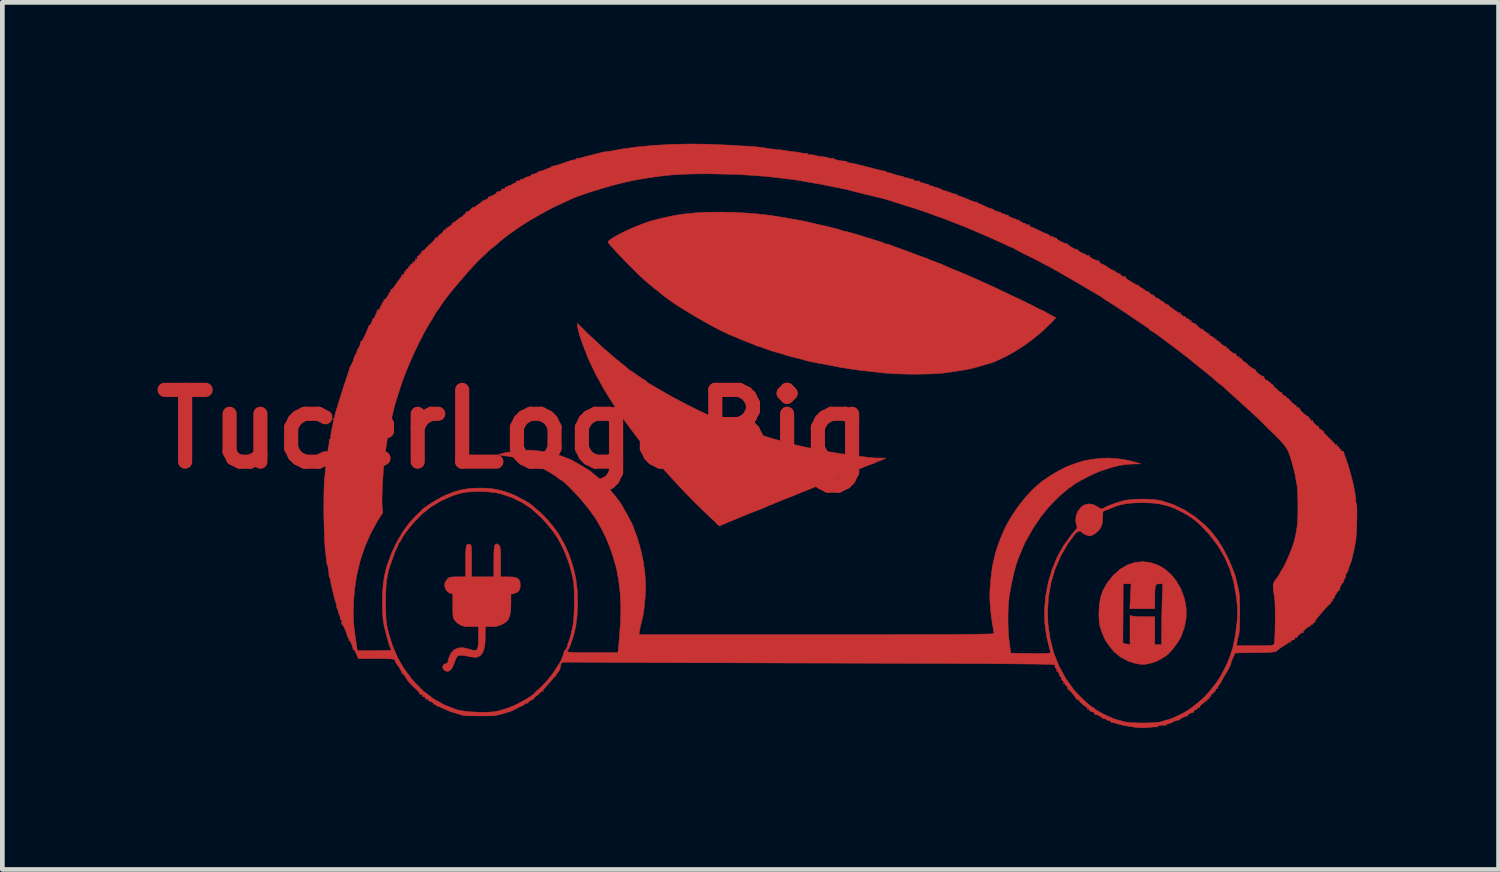
<source format=kicad_pcb>
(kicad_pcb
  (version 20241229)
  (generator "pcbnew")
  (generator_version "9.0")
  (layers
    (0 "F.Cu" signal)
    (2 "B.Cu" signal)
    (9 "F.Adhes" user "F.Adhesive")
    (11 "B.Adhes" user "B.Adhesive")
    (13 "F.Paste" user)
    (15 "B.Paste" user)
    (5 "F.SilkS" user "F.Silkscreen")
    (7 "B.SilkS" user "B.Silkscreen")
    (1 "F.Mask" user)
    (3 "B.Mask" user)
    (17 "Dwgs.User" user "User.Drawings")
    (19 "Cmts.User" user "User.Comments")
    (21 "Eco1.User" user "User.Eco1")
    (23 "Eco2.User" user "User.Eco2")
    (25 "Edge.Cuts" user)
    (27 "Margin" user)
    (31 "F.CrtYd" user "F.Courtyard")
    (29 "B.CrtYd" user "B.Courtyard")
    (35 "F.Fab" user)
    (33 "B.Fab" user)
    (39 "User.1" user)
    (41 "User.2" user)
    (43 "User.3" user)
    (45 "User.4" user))
  (footprint "TucerLogoBig"
    (layer "F.Cu")
    (at 7.845 6.056)
    (property "Reference" "TucerLogoBig" (at 0 0 0) (layer "F.Cu") (effects (font (size 1.524 1.524) (thickness 0.3))))
    (attr through_hole)
    (fp_poly (pts (xy -3.502 4.477) (xy -3.493 4.487) (xy -3.483 4.477) (xy -3.493 4.466) (xy -3.502 4.477)) (stroke (width 0.01) (type solid)) (fill yes) (layer "F.Cu"))
    (fp_poly (pts (xy -2.794 -2.678) (xy -2.785 -2.667) (xy -2.776 -2.678) (xy -2.785 -2.688) (xy -2.794 -2.678)) (stroke (width 0.01) (type solid)) (fill yes) (layer "F.Cu"))
    (fp_poly (pts (xy -2.649 -2.889) (xy -2.64 -2.879) (xy -2.631 -2.889) (xy -2.64 -2.9) (xy -2.649 -2.889)) (stroke (width 0.01) (type solid)) (fill yes) (layer "F.Cu"))
    (fp_poly (pts (xy -2.377 -3.27) (xy -2.368 -3.26) (xy -2.359 -3.27) (xy -2.368 -3.281) (xy -2.377 -3.27)) (stroke (width 0.01) (type solid)) (fill yes) (layer "F.Cu"))
    (fp_poly (pts (xy -2.377 5.175) (xy -2.368 5.186) (xy -2.359 5.175) (xy -2.368 5.165) (xy -2.377 5.175)) (stroke (width 0.01) (type solid)) (fill yes) (layer "F.Cu"))
    (fp_poly (pts (xy -2.322 -3.334) (xy -2.313 -3.323) (xy -2.304 -3.334) (xy -2.313 -3.344) (xy -2.322 -3.334)) (stroke (width 0.01) (type solid)) (fill yes) (layer "F.Cu"))
    (fp_poly (pts (xy -2.232 -3.44) (xy -2.223 -3.429) (xy -2.213 -3.44) (xy -2.223 -3.45) (xy -2.232 -3.44)) (stroke (width 0.01) (type solid)) (fill yes) (layer "F.Cu"))
    (fp_poly (pts (xy -2.141 -3.545) (xy -2.132 -3.535) (xy -2.123 -3.545) (xy -2.132 -3.556) (xy -2.141 -3.545)) (stroke (width 0.01) (type solid)) (fill yes) (layer "F.Cu"))
    (fp_poly (pts (xy -2.086 -3.609) (xy -2.077 -3.598) (xy -2.068 -3.609) (xy -2.077 -3.619) (xy -2.086 -3.609)) (stroke (width 0.01) (type solid)) (fill yes) (layer "F.Cu"))
    (fp_poly (pts (xy -1.996 -3.715) (xy -1.987 -3.704) (xy -1.978 -3.715) (xy -1.987 -3.725) (xy -1.996 -3.715)) (stroke (width 0.01) (type solid)) (fill yes) (layer "F.Cu"))
    (fp_poly (pts (xy -1.433 -4.265) (xy -1.424 -4.255) (xy -1.415 -4.265) (xy -1.424 -4.276) (xy -1.433 -4.265)) (stroke (width 0.01) (type solid)) (fill yes) (layer "F.Cu"))
    (fp_poly (pts (xy -1.306 -4.371) (xy -1.297 -4.36) (xy -1.288 -4.371) (xy -1.297 -4.381) (xy -1.306 -4.371)) (stroke (width 0.01) (type solid)) (fill yes) (layer "F.Cu"))
    (fp_poly (pts (xy 0.617 5.556) (xy 0.626 5.567) (xy 0.635 5.556) (xy 0.626 5.546) (xy 0.617 5.556)) (stroke (width 0.01) (type solid)) (fill yes) (layer "F.Cu"))
    (fp_poly (pts (xy 0.889 5.239) (xy 0.898 5.249) (xy 0.907 5.239) (xy 0.898 5.228) (xy 0.889 5.239)) (stroke (width 0.01) (type solid)) (fill yes) (layer "F.Cu"))
    (fp_poly (pts (xy 11.521 5.133) (xy 11.53 5.144) (xy 11.539 5.133) (xy 11.53 5.122) (xy 11.521 5.133)) (stroke (width 0.01) (type solid)) (fill yes) (layer "F.Cu"))
    (fp_poly (pts (xy 11.666 5.387) (xy 11.675 5.397) (xy 11.684 5.387) (xy 11.675 5.376) (xy 11.666 5.387)) (stroke (width 0.01) (type solid)) (fill yes) (layer "F.Cu"))
    (fp_poly (pts (xy 12.174 5.937) (xy 12.183 5.948) (xy 12.192 5.937) (xy 12.183 5.927) (xy 12.174 5.937)) (stroke (width 0.01) (type solid)) (fill yes) (layer "F.Cu"))
    (fp_poly (pts (xy 13.571 -2.847) (xy 13.58 -2.836) (xy 13.589 -2.847) (xy 13.58 -2.857) (xy 13.571 -2.847)) (stroke (width 0.01) (type solid)) (fill yes) (layer "F.Cu"))
    (fp_poly (pts (xy 14.133 -2.466) (xy 14.142 -2.455) (xy 14.151 -2.466) (xy 14.142 -2.477) (xy 14.133 -2.466)) (stroke (width 0.01) (type solid)) (fill yes) (layer "F.Cu"))
    (fp_poly (pts (xy 14.369 -2.297) (xy 14.378 -2.286) (xy 14.387 -2.297) (xy 14.378 -2.307) (xy 14.369 -2.297)) (stroke (width 0.01) (type solid)) (fill yes) (layer "F.Cu"))
    (fp_poly (pts (xy 14.696 5.768) (xy 14.705 5.779) (xy 14.714 5.768) (xy 14.705 5.757) (xy 14.696 5.768)) (stroke (width 0.01) (type solid)) (fill yes) (layer "F.Cu"))
    (fp_poly (pts (xy 14.75 -2.021) (xy 14.759 -2.011) (xy 14.768 -2.021) (xy 14.759 -2.032) (xy 14.75 -2.021)) (stroke (width 0.01) (type solid)) (fill yes) (layer "F.Cu"))
    (fp_poly (pts (xy 14.786 5.662) (xy 14.796 5.673) (xy 14.805 5.662) (xy 14.796 5.652) (xy 14.786 5.662)) (stroke (width 0.01) (type solid)) (fill yes) (layer "F.Cu"))
    (fp_poly (pts (xy 14.895 -1.916) (xy 14.904 -1.905) (xy 14.913 -1.916) (xy 14.904 -1.926) (xy 14.895 -1.916)) (stroke (width 0.01) (type solid)) (fill yes) (layer "F.Cu"))
    (fp_poly (pts (xy 15.385 -1.535) (xy 15.394 -1.524) (xy 15.403 -1.535) (xy 15.394 -1.545) (xy 15.385 -1.535)) (stroke (width 0.01) (type solid)) (fill yes) (layer "F.Cu"))
    (fp_poly (pts (xy 16.292 -0.773) (xy 16.301 -0.762) (xy 16.31 -0.773) (xy 16.301 -0.783) (xy 16.292 -0.773)) (stroke (width 0.01) (type solid)) (fill yes) (layer "F.Cu"))
    (fp_poly (pts (xy 16.474 4.519) (xy 16.483 4.53) (xy 16.492 4.519) (xy 16.483 4.508) (xy 16.474 4.519)) (stroke (width 0.01) (type solid)) (fill yes) (layer "F.Cu"))
    (fp_poly (pts (xy 16.746 4.307) (xy 16.755 4.318) (xy 16.764 4.307) (xy 16.755 4.297) (xy 16.746 4.307)) (stroke (width 0.01) (type solid)) (fill yes) (layer "F.Cu"))
    (fp_poly (pts (xy 16.891 -0.222) (xy 16.9 -0.212) (xy 16.909 -0.222) (xy 16.9 -0.233) (xy 16.891 -0.222)) (stroke (width 0.01) (type solid)) (fill yes) (layer "F.Cu"))
    (fp_poly (pts (xy 16.891 4.18) (xy 16.9 4.191) (xy 16.909 4.18) (xy 16.9 4.17) (xy 16.891 4.18)) (stroke (width 0.01) (type solid)) (fill yes) (layer "F.Cu"))
    (fp_poly (pts (xy 17.181 0.053) (xy 17.19 0.064) (xy 17.199 0.053) (xy 17.19 0.042) (xy 17.181 0.053)) (stroke (width 0.01) (type solid)) (fill yes) (layer "F.Cu"))
    (fp_poly (pts (xy 17.453 0.328) (xy 17.462 0.339) (xy 17.472 0.328) (xy 17.462 0.318) (xy 17.453 0.328)) (stroke (width 0.01) (type solid)) (fill yes) (layer "F.Cu"))
    (fp_poly (pts (xy 17.544 0.434) (xy 17.553 0.445) (xy 17.562 0.434) (xy 17.553 0.423) (xy 17.544 0.434)) (stroke (width 0.01) (type solid)) (fill yes) (layer "F.Cu"))
    (fp_poly (pts (xy -2.882 -2.531) (xy -2.901 -2.51) (xy -2.897 -2.498) (xy -2.895 -2.498) (xy -2.88 -2.513) (xy -2.874 -2.522) (xy -2.872 -2.537) (xy -2.882 -2.531)) (stroke (width 0.01) (type solid)) (fill yes) (layer "F.Cu"))
    (fp_poly (pts (xy 17.003 4.073) (xy 16.983 4.092) (xy 16.982 4.097) (xy 16.99 4.106) (xy 17.008 4.086) (xy 17.011 4.082) (xy 17.013 4.067) (xy 17.003 4.073)) (stroke (width 0.01) (type solid)) (fill yes) (layer "F.Cu"))
    (fp_poly (pts (xy 13.194 2.826) (xy 13.036 2.876) (xy 12.883 2.963) (xy 12.741 3.086) (xy 12.704 3.127) (xy 12.59 3.274) (xy 12.509 3.42) (xy 12.456 3.574) (xy 12.428 3.745) (xy 12.421 3.908) (xy 12.424 4.02) (xy 12.432 4.116) (xy 12.443 4.183) (xy 12.446 4.194) (xy 12.48 4.292) (xy 12.513 4.378) (xy 12.54 4.442) (xy 12.557 4.474) (xy 12.577 4.504) (xy 12.61 4.554) (xy 12.629 4.583) (xy 12.742 4.722) (xy 12.882 4.836) (xy 13.043 4.921) (xy 13.175 4.964) (xy 13.272 4.985) (xy 13.351 4.991) (xy 13.429 4.985) (xy 13.523 4.964) (xy 13.63 4.931) (xy 13.718 4.888) (xy 13.752 4.866) (xy 13.787 4.844) (xy 13.834 4.816) (xy 13.835 4.816) (xy 13.892 4.77) (xy 13.959 4.699) (xy 14.03 4.612) (xy 14.096 4.519) (xy 14.148 4.43) (xy 14.167 4.392) (xy 14.237 4.195) (xy 14.273 4.003) (xy 14.274 3.812) (xy 14.241 3.619) (xy 14.233 3.589) (xy 14.161 3.391) (xy 14.098 3.281) (xy 13.776 3.281) (xy 13.764 3.602) (xy 13.76 3.751) (xy 13.756 3.922) (xy 13.753 4.093) (xy 13.752 4.245) (xy 13.752 4.572) (xy 13.607 4.572) (xy 13.607 3.979) (xy 13.401 3.979) (xy 13.312 3.978) (xy 13.231 3.975) (xy 13.168 3.97) (xy 13.138 3.966) (xy 13.081 3.953) (xy 13.081 4.577) (xy 13.04 4.564) (xy 12.99 4.553) (xy 12.963 4.551) (xy 12.941 4.545) (xy 12.931 4.522) (xy 12.929 4.469) (xy 12.93 4.45) (xy 12.93 4.401) (xy 12.931 4.317) (xy 12.932 4.205) (xy 12.933 4.072) (xy 12.934 3.925) (xy 12.934 3.815) (xy 12.936 3.281) (xy 13.104 3.281) (xy 13.09 3.545) (xy 13.077 3.81) (xy 13.607 3.81) (xy 13.607 3.593) (xy 13.608 3.472) (xy 13.612 3.387) (xy 13.619 3.332) (xy 13.634 3.3) (xy 13.656 3.285) (xy 13.689 3.281) (xy 13.703 3.281) (xy 13.776 3.281) (xy 14.098 3.281) (xy 14.064 3.221) (xy 13.948 3.078) (xy 13.815 2.965) (xy 13.67 2.882) (xy 13.515 2.83) (xy 13.355 2.811) (xy 13.194 2.826)) (stroke (width 0.01) (type solid)) (fill yes) (layer "F.Cu"))
    (fp_poly (pts (xy -0.375 2.439) (xy -0.393 2.458) (xy -0.405 2.496) (xy -0.412 2.558) (xy -0.416 2.651) (xy -0.417 2.78) (xy -0.417 2.809) (xy -0.417 3.133) (xy -0.889 3.133) (xy -0.889 2.795) (xy -0.889 2.669) (xy -0.89 2.578) (xy -0.893 2.517) (xy -0.898 2.479) (xy -0.906 2.459) (xy -0.918 2.448) (xy -0.926 2.444) (xy -0.958 2.437) (xy -0.981 2.445) (xy -0.997 2.472) (xy -1.008 2.525) (xy -1.013 2.607) (xy -1.016 2.724) (xy -1.016 2.807) (xy -1.016 3.133) (xy -1.187 3.133) (xy -1.27 3.134) (xy -1.325 3.138) (xy -1.362 3.148) (xy -1.389 3.166) (xy -1.404 3.18) (xy -1.44 3.23) (xy -1.46 3.281) (xy -1.456 3.348) (xy -1.427 3.414) (xy -1.38 3.464) (xy -1.344 3.482) (xy -1.288 3.496) (xy -1.288 3.747) (xy -1.288 3.854) (xy -1.285 3.929) (xy -1.28 3.979) (xy -1.27 4.014) (xy -1.255 4.043) (xy -1.243 4.06) (xy -1.187 4.116) (xy -1.114 4.161) (xy -1.039 4.187) (xy -0.999 4.19) (xy -0.955 4.188) (xy -0.891 4.188) (xy -0.848 4.189) (xy -0.744 4.191) (xy -0.744 4.412) (xy -0.746 4.534) (xy -0.754 4.618) (xy -0.772 4.67) (xy -0.803 4.693) (xy -0.851 4.693) (xy -0.919 4.673) (xy -0.936 4.667) (xy -1.064 4.637) (xy -1.172 4.641) (xy -1.26 4.68) (xy -1.328 4.753) (xy -1.374 4.86) (xy -1.387 4.916) (xy -1.406 4.963) (xy -1.43 4.974) (xy -1.476 4.989) (xy -1.5 5.026) (xy -1.5 5.071) (xy -1.472 5.111) (xy -1.46 5.119) (xy -1.418 5.138) (xy -1.389 5.138) (xy -1.349 5.119) (xy -1.349 5.119) (xy -1.313 5.083) (xy -1.276 5.015) (xy -1.238 4.91) (xy -1.232 4.893) (xy -1.208 4.839) (xy -1.172 4.808) (xy -1.119 4.796) (xy -1.043 4.804) (xy -0.977 4.817) (xy -0.9 4.832) (xy -0.83 4.84) (xy -0.778 4.839) (xy -0.773 4.838) (xy -0.706 4.807) (xy -0.656 4.746) (xy -0.622 4.653) (xy -0.603 4.524) (xy -0.599 4.393) (xy -0.599 4.191) (xy -0.531 4.189) (xy -0.468 4.188) (xy -0.409 4.19) (xy -0.407 4.19) (xy -0.349 4.182) (xy -0.275 4.156) (xy -0.201 4.119) (xy -0.15 4.083) (xy -0.106 4.029) (xy -0.076 3.948) (xy -0.059 3.836) (xy -0.054 3.697) (xy -0.054 3.498) (xy 0.011 3.486) (xy 0.084 3.459) (xy 0.127 3.411) (xy 0.144 3.336) (xy 0.145 3.311) (xy 0.138 3.239) (xy 0.114 3.188) (xy 0.068 3.155) (xy -0.004 3.138) (xy -0.106 3.133) (xy -0.111 3.133) (xy -0.272 3.133) (xy -0.272 2.817) (xy -0.273 2.689) (xy -0.275 2.598) (xy -0.28 2.535) (xy -0.287 2.496) (xy -0.297 2.472) (xy -0.301 2.467) (xy -0.333 2.441) (xy -0.351 2.434) (xy -0.375 2.439)) (stroke (width 0.01) (type solid)) (fill yes) (layer "F.Cu"))
    (fp_poly (pts (xy 1.353 -2.218) (xy 1.361 -2.166) (xy 1.376 -2.1) (xy 1.393 -2.032) (xy 1.41 -1.974) (xy 1.411 -1.968) (xy 1.428 -1.919) (xy 1.452 -1.849) (xy 1.47 -1.799) (xy 1.584 -1.503) (xy 1.731 -1.192) (xy 1.909 -0.867) (xy 2.117 -0.531) (xy 2.354 -0.185) (xy 2.618 0.169) (xy 2.908 0.529) (xy 3.224 0.894) (xy 3.499 1.194) (xy 3.687 1.391) (xy 3.86 1.567) (xy 4.015 1.72) (xy 4.148 1.845) (xy 4.167 1.862) (xy 4.225 1.916) (xy 4.28 1.968) (xy 4.31 2) (xy 4.345 2.034) (xy 4.368 2.05) (xy 4.371 2.051) (xy 4.392 2.043) (xy 4.438 2.024) (xy 4.498 1.999) (xy 4.499 1.998) (xy 4.588 1.96) (xy 4.702 1.913) (xy 4.843 1.855) (xy 5.015 1.785) (xy 5.044 1.773) (xy 5.103 1.75) (xy 5.151 1.732) (xy 5.171 1.725) (xy 5.202 1.713) (xy 5.254 1.692) (xy 5.298 1.673) (xy 5.353 1.649) (xy 5.433 1.615) (xy 5.527 1.577) (xy 5.624 1.538) (xy 5.633 1.534) (xy 5.75 1.487) (xy 5.883 1.434) (xy 6.013 1.381) (xy 6.105 1.344) (xy 6.222 1.297) (xy 6.354 1.243) (xy 6.485 1.191) (xy 6.577 1.154) (xy 6.743 1.087) (xy 6.928 1.012) (xy 7.117 0.934) (xy 7.297 0.86) (xy 7.411 0.813) (xy 7.483 0.784) (xy 7.549 0.758) (xy 7.595 0.743) (xy 7.595 0.742) (xy 7.641 0.726) (xy 7.672 0.711) (xy 7.707 0.693) (xy 7.724 0.688) (xy 7.761 0.675) (xy 7.813 0.654) (xy 7.829 0.647) (xy 7.901 0.616) (xy 7.838 0.612) (xy 7.78 0.611) (xy 7.731 0.613) (xy 7.731 0.613) (xy 7.696 0.613) (xy 7.631 0.608) (xy 7.543 0.599) (xy 7.439 0.587) (xy 7.325 0.574) (xy 7.208 0.558) (xy 7.094 0.543) (xy 6.991 0.528) (xy 6.94 0.519) (xy 6.839 0.503) (xy 6.73 0.485) (xy 6.631 0.47) (xy 6.604 0.466) (xy 6.513 0.45) (xy 6.418 0.432) (xy 6.338 0.415) (xy 6.332 0.413) (xy 6.245 0.392) (xy 6.15 0.371) (xy 6.096 0.359) (xy 6.006 0.339) (xy 5.89 0.31) (xy 5.759 0.274) (xy 5.621 0.236) (xy 5.487 0.197) (xy 5.367 0.16) (xy 5.352 0.156) (xy 5.251 0.123) (xy 5.175 0.099) (xy 5.113 0.078) (xy 5.055 0.058) (xy 4.992 0.036) (xy 4.917 0.009) (xy 4.844 -0.017) (xy 4.781 -0.038) (xy 4.739 -0.052) (xy 4.731 -0.054) (xy 4.692 -0.068) (xy 4.679 -0.076) (xy 4.648 -0.091) (xy 4.602 -0.107) (xy 4.558 -0.122) (xy 4.493 -0.148) (xy 4.418 -0.179) (xy 4.4 -0.187) (xy 4.323 -0.219) (xy 4.252 -0.25) (xy 4.199 -0.272) (xy 4.191 -0.276) (xy 4.063 -0.333) (xy 3.911 -0.404) (xy 3.745 -0.487) (xy 3.573 -0.576) (xy 3.404 -0.666) (xy 3.246 -0.753) (xy 3.148 -0.81) (xy 3.061 -0.861) (xy 2.982 -0.907) (xy 2.917 -0.945) (xy 2.875 -0.969) (xy 2.871 -0.971) (xy 2.832 -0.997) (xy 2.813 -1.018) (xy 2.812 -1.02) (xy 2.798 -1.037) (xy 2.794 -1.037) (xy 2.771 -1.048) (xy 2.726 -1.076) (xy 2.665 -1.117) (xy 2.629 -1.143) (xy 2.564 -1.189) (xy 2.51 -1.225) (xy 2.476 -1.246) (xy 2.468 -1.249) (xy 2.447 -1.264) (xy 2.446 -1.265) (xy 2.429 -1.283) (xy 2.389 -1.318) (xy 2.333 -1.364) (xy 2.305 -1.386) (xy 2.241 -1.437) (xy 2.186 -1.481) (xy 2.149 -1.511) (xy 2.142 -1.518) (xy 2.116 -1.54) (xy 2.068 -1.582) (xy 2.006 -1.635) (xy 1.959 -1.675) (xy 1.895 -1.731) (xy 1.842 -1.778) (xy 1.806 -1.812) (xy 1.796 -1.823) (xy 1.777 -1.843) (xy 1.738 -1.88) (xy 1.693 -1.92) (xy 1.633 -1.974) (xy 1.561 -2.043) (xy 1.49 -2.114) (xy 1.48 -2.125) (xy 1.426 -2.179) (xy 1.383 -2.22) (xy 1.357 -2.24) (xy 1.353 -2.241) (xy 1.353 -2.218)) (stroke (width 0.01) (type solid)) (fill yes) (layer "F.Cu"))
    (fp_poly (pts (xy 4.088 -4.602) (xy 3.839 -4.588) (xy 3.614 -4.566) (xy 3.502 -4.549) (xy 3.359 -4.523) (xy 3.208 -4.49) (xy 3.06 -4.455) (xy 2.927 -4.419) (xy 2.839 -4.392) (xy 2.718 -4.348) (xy 2.592 -4.298) (xy 2.467 -4.244) (xy 2.348 -4.189) (xy 2.24 -4.134) (xy 2.146 -4.082) (xy 2.073 -4.036) (xy 2.025 -3.999) (xy 2.006 -3.971) (xy 2.006 -3.97) (xy 2.018 -3.949) (xy 2.055 -3.904) (xy 2.111 -3.841) (xy 2.183 -3.762) (xy 2.266 -3.674) (xy 2.357 -3.579) (xy 2.452 -3.482) (xy 2.546 -3.388) (xy 2.635 -3.3) (xy 2.703 -3.235) (xy 2.801 -3.146) (xy 2.903 -3.059) (xy 2.996 -2.983) (xy 3.027 -2.959) (xy 3.067 -2.929) (xy 3.093 -2.906) (xy 3.119 -2.885) (xy 3.163 -2.849) (xy 3.217 -2.808) (xy 3.269 -2.768) (xy 3.305 -2.741) (xy 3.421 -2.661) (xy 3.558 -2.573) (xy 3.709 -2.48) (xy 3.868 -2.385) (xy 4.029 -2.292) (xy 4.186 -2.205) (xy 4.333 -2.126) (xy 4.465 -2.06) (xy 4.574 -2.009) (xy 4.626 -1.988) (xy 4.664 -1.973) (xy 4.724 -1.948) (xy 4.797 -1.917) (xy 4.826 -1.905) (xy 4.902 -1.873) (xy 4.972 -1.845) (xy 5.023 -1.826) (xy 5.035 -1.822) (xy 5.087 -1.803) (xy 5.126 -1.783) (xy 5.158 -1.767) (xy 5.171 -1.764) (xy 5.194 -1.76) (xy 5.244 -1.744) (xy 5.316 -1.719) (xy 5.403 -1.687) (xy 5.416 -1.682) (xy 5.477 -1.661) (xy 5.552 -1.639) (xy 5.588 -1.629) (xy 5.663 -1.608) (xy 5.739 -1.585) (xy 5.769 -1.575) (xy 5.829 -1.557) (xy 5.908 -1.535) (xy 5.988 -1.515) (xy 5.989 -1.515) (xy 6.059 -1.498) (xy 6.116 -1.483) (xy 6.15 -1.473) (xy 6.153 -1.472) (xy 6.182 -1.463) (xy 6.237 -1.449) (xy 6.307 -1.433) (xy 6.383 -1.417) (xy 6.455 -1.403) (xy 6.511 -1.392) (xy 6.531 -1.389) (xy 6.573 -1.383) (xy 6.636 -1.371) (xy 6.695 -1.359) (xy 6.949 -1.31) (xy 7.2 -1.27) (xy 7.357 -1.249) (xy 7.452 -1.239) (xy 7.569 -1.225) (xy 7.694 -1.211) (xy 7.815 -1.197) (xy 7.833 -1.195) (xy 7.967 -1.184) (xy 8.123 -1.175) (xy 8.295 -1.17) (xy 8.474 -1.167) (xy 8.653 -1.168) (xy 8.823 -1.172) (xy 8.978 -1.179) (xy 9.109 -1.19) (xy 9.171 -1.197) (xy 9.332 -1.22) (xy 9.462 -1.24) (xy 9.57 -1.258) (xy 9.662 -1.276) (xy 9.744 -1.294) (xy 9.823 -1.315) (xy 9.906 -1.339) (xy 9.97 -1.359) (xy 10.025 -1.375) (xy 10.071 -1.387) (xy 10.078 -1.388) (xy 10.14 -1.406) (xy 10.226 -1.44) (xy 10.331 -1.487) (xy 10.447 -1.544) (xy 10.566 -1.608) (xy 10.614 -1.635) (xy 10.824 -1.767) (xy 11.035 -1.922) (xy 11.235 -2.09) (xy 11.412 -2.262) (xy 11.43 -2.281) (xy 11.507 -2.364) (xy 11.419 -2.411) (xy 11.357 -2.445) (xy 11.301 -2.477) (xy 11.281 -2.49) (xy 11.242 -2.512) (xy 11.217 -2.522) (xy 11.194 -2.53) (xy 11.149 -2.552) (xy 11.103 -2.575) (xy 11.043 -2.607) (xy 10.992 -2.633) (xy 10.967 -2.645) (xy 10.922 -2.666) (xy 10.886 -2.684) (xy 10.805 -2.725) (xy 10.741 -2.757) (xy 10.699 -2.776) (xy 10.686 -2.782) (xy 10.667 -2.79) (xy 10.621 -2.811) (xy 10.553 -2.843) (xy 10.471 -2.882) (xy 10.441 -2.897) (xy 10.353 -2.939) (xy 10.274 -2.977) (xy 10.212 -3.006) (xy 10.174 -3.024) (xy 10.169 -3.026) (xy 10.124 -3.047) (xy 10.061 -3.075) (xy 9.995 -3.105) (xy 9.94 -3.129) (xy 9.933 -3.133) (xy 9.814 -3.186) (xy 9.712 -3.231) (xy 9.675 -3.248) (xy 9.629 -3.268) (xy 9.56 -3.297) (xy 9.477 -3.331) (xy 9.416 -3.356) (xy 9.335 -3.389) (xy 9.264 -3.419) (xy 9.212 -3.442) (xy 9.189 -3.452) (xy 9.146 -3.472) (xy 9.085 -3.498) (xy 9.023 -3.523) (xy 8.974 -3.541) (xy 8.963 -3.545) (xy 8.932 -3.556) (xy 8.879 -3.577) (xy 8.826 -3.598) (xy 8.759 -3.625) (xy 8.697 -3.649) (xy 8.663 -3.66) (xy 8.616 -3.677) (xy 8.551 -3.701) (xy 8.5 -3.721) (xy 8.43 -3.747) (xy 8.342 -3.78) (xy 8.252 -3.812) (xy 8.228 -3.821) (xy 8.147 -3.85) (xy 8.07 -3.878) (xy 8.012 -3.901) (xy 7.996 -3.907) (xy 7.954 -3.923) (xy 7.93 -3.928) (xy 7.928 -3.927) (xy 7.914 -3.927) (xy 7.879 -3.94) (xy 7.879 -3.94) (xy 7.822 -3.963) (xy 7.774 -3.98) (xy 7.736 -3.991) (xy 7.671 -4.011) (xy 7.59 -4.037) (xy 7.502 -4.064) (xy 7.35 -4.111) (xy 7.23 -4.147) (xy 7.137 -4.173) (xy 7.069 -4.191) (xy 7.022 -4.201) (xy 7.016 -4.202) (xy 6.974 -4.212) (xy 6.951 -4.221) (xy 6.926 -4.231) (xy 6.869 -4.247) (xy 6.786 -4.268) (xy 6.682 -4.294) (xy 6.561 -4.322) (xy 6.522 -4.33) (xy 6.433 -4.351) (xy 6.339 -4.373) (xy 6.259 -4.392) (xy 6.259 -4.392) (xy 6.18 -4.41) (xy 6.085 -4.429) (xy 5.996 -4.445) (xy 5.906 -4.46) (xy 5.8 -4.479) (xy 5.7 -4.496) (xy 5.688 -4.498) (xy 5.444 -4.537) (xy 5.182 -4.566) (xy 4.908 -4.588) (xy 4.63 -4.601) (xy 4.354 -4.606) (xy 4.088 -4.602)) (stroke (width 0.01) (type solid)) (fill yes) (layer "F.Cu"))
    (fp_poly (pts (xy 3.347 -6.042) (xy 2.984 -6.022) (xy 2.64 -5.99) (xy 2.319 -5.947) (xy 2.084 -5.904) (xy 2.025 -5.893) (xy 1.982 -5.888) (xy 1.966 -5.888) (xy 1.942 -5.886) (xy 1.892 -5.876) (xy 1.829 -5.86) (xy 1.823 -5.859) (xy 1.739 -5.837) (xy 1.649 -5.814) (xy 1.587 -5.799) (xy 1.517 -5.782) (xy 1.453 -5.764) (xy 1.42 -5.753) (xy 1.374 -5.744) (xy 1.341 -5.748) (xy 1.34 -5.749) (xy 1.327 -5.752) (xy 1.333 -5.738) (xy 1.333 -5.718) (xy 1.313 -5.717) (xy 1.277 -5.714) (xy 1.222 -5.701) (xy 1.179 -5.687) (xy 1.046 -5.641) (xy 0.945 -5.608) (xy 0.873 -5.588) (xy 0.829 -5.579) (xy 0.811 -5.582) (xy 0.802 -5.581) (xy 0.806 -5.569) (xy 0.807 -5.549) (xy 0.796 -5.548) (xy 0.761 -5.544) (xy 0.726 -5.531) (xy 0.644 -5.495) (xy 0.581 -5.475) (xy 0.543 -5.473) (xy 0.539 -5.476) (xy 0.529 -5.475) (xy 0.534 -5.463) (xy 0.535 -5.443) (xy 0.523 -5.443) (xy 0.49 -5.438) (xy 0.458 -5.422) (xy 0.419 -5.407) (xy 0.396 -5.41) (xy 0.384 -5.412) (xy 0.387 -5.403) (xy 0.38 -5.384) (xy 0.345 -5.367) (xy 0.34 -5.365) (xy 0.293 -5.352) (xy 0.267 -5.343) (xy 0.245 -5.332) (xy 0.222 -5.316) (xy 0.184 -5.301) (xy 0.16 -5.305) (xy 0.148 -5.307) (xy 0.152 -5.295) (xy 0.147 -5.277) (xy 0.117 -5.266) (xy 0.073 -5.267) (xy 0.067 -5.269) (xy 0.06 -5.258) (xy 0.063 -5.25) (xy 0.059 -5.231) (xy 0.046 -5.228) (xy 0.01 -5.217) (xy -0.028 -5.194) (xy -0.059 -5.174) (xy -0.073 -5.173) (xy -0.073 -5.173) (xy -0.085 -5.173) (xy -0.115 -5.154) (xy -0.15 -5.136) (xy -0.172 -5.138) (xy -0.179 -5.139) (xy -0.174 -5.128) (xy -0.178 -5.106) (xy -0.207 -5.096) (xy -0.242 -5.099) (xy -0.249 -5.089) (xy -0.246 -5.083) (xy -0.254 -5.066) (xy -0.284 -5.048) (xy -0.321 -5.036) (xy -0.351 -5.035) (xy -0.358 -5.026) (xy -0.356 -5.021) (xy -0.366 -5.005) (xy -0.399 -4.981) (xy -0.444 -4.956) (xy -0.489 -4.936) (xy -0.523 -4.926) (xy -0.532 -4.927) (xy -0.539 -4.919) (xy -0.535 -4.911) (xy -0.538 -4.891) (xy -0.546 -4.89) (xy -0.576 -4.877) (xy -0.605 -4.852) (xy -0.628 -4.832) (xy -0.628 -4.842) (xy -0.626 -4.847) (xy -0.617 -4.868) (xy -0.63 -4.86) (xy -0.643 -4.848) (xy -0.685 -4.812) (xy -0.708 -4.795) (xy -0.745 -4.77) (xy -0.794 -4.735) (xy -0.807 -4.725) (xy -0.844 -4.702) (xy -0.861 -4.698) (xy -0.86 -4.704) (xy -0.862 -4.708) (xy -0.885 -4.687) (xy -0.897 -4.673) (xy -0.942 -4.628) (xy -0.978 -4.611) (xy -1.004 -4.612) (xy -1.011 -4.602) (xy -1.008 -4.595) (xy -1.014 -4.574) (xy -1.034 -4.562) (xy -1.063 -4.543) (xy -1.07 -4.528) (xy -1.085 -4.51) (xy -1.091 -4.509) (xy -1.118 -4.497) (xy -1.159 -4.467) (xy -1.173 -4.455) (xy -1.21 -4.424) (xy -1.232 -4.409) (xy -1.234 -4.41) (xy -1.245 -4.403) (xy -1.275 -4.375) (xy -1.291 -4.358) (xy -1.327 -4.322) (xy -1.351 -4.304) (xy -1.355 -4.305) (xy -1.372 -4.297) (xy -1.402 -4.268) (xy -1.407 -4.262) (xy -1.442 -4.231) (xy -1.47 -4.224) (xy -1.473 -4.225) (xy -1.485 -4.227) (xy -1.481 -4.217) (xy -1.488 -4.193) (xy -1.52 -4.159) (xy -1.542 -4.143) (xy -1.582 -4.111) (xy -1.603 -4.086) (xy -1.603 -4.078) (xy -1.606 -4.066) (xy -1.632 -4.06) (xy -1.657 -4.062) (xy -1.664 -4.052) (xy -1.661 -4.045) (xy -1.669 -4.024) (xy -1.701 -3.987) (xy -1.746 -3.945) (xy -1.8 -3.897) (xy -1.844 -3.853) (xy -1.865 -3.826) (xy -1.895 -3.796) (xy -1.916 -3.789) (xy -1.941 -3.771) (xy -1.959 -3.736) (xy -1.981 -3.697) (xy -2.003 -3.683) (xy -2.036 -3.668) (xy -2.043 -3.659) (xy -2.045 -3.644) (xy -2.035 -3.649) (xy -2.016 -3.66) (xy -2.021 -3.648) (xy -2.051 -3.611) (xy -2.099 -3.556) (xy -2.139 -3.512) (xy -2.164 -3.489) (xy -2.168 -3.49) (xy -2.168 -3.49) (xy -2.163 -3.51) (xy -2.174 -3.505) (xy -2.194 -3.472) (xy -2.195 -3.459) (xy -2.21 -3.429) (xy -2.241 -3.408) (xy -2.274 -3.385) (xy -2.286 -3.363) (xy -2.298 -3.335) (xy -2.33 -3.291) (xy -2.355 -3.262) (xy -2.402 -3.203) (xy -2.458 -3.128) (xy -2.502 -3.064) (xy -2.542 -3.007) (xy -2.577 -2.968) (xy -2.598 -2.956) (xy -2.599 -2.956) (xy -2.61 -2.956) (xy -2.606 -2.946) (xy -2.608 -2.916) (xy -2.629 -2.881) (xy -2.667 -2.83) (xy -2.695 -2.785) (xy -2.722 -2.751) (xy -2.744 -2.744) (xy -2.744 -2.745) (xy -2.755 -2.745) (xy -2.75 -2.734) (xy -2.753 -2.704) (xy -2.777 -2.664) (xy -2.782 -2.658) (xy -2.81 -2.621) (xy -2.819 -2.599) (xy -2.819 -2.597) (xy -2.825 -2.578) (xy -2.85 -2.54) (xy -2.865 -2.521) (xy -2.898 -2.479) (xy -2.916 -2.453) (xy -2.918 -2.449) (xy -2.924 -2.421) (xy -2.942 -2.383) (xy -2.963 -2.351) (xy -2.978 -2.341) (xy -2.991 -2.334) (xy -2.994 -2.317) (xy -3.003 -2.28) (xy -3.024 -2.238) (xy -3.05 -2.203) (xy -3.07 -2.19) (xy -3.073 -2.191) (xy -3.077 -2.19) (xy -3.076 -2.188) (xy -3.076 -2.172) (xy -3.088 -2.137) (xy -3.114 -2.077) (xy -3.154 -1.989) (xy -3.19 -1.913) (xy -3.213 -1.876) (xy -3.231 -1.863) (xy -3.243 -1.851) (xy -3.242 -1.847) (xy -3.244 -1.822) (xy -3.258 -1.781) (xy -3.277 -1.738) (xy -3.295 -1.708) (xy -3.305 -1.704) (xy -3.312 -1.694) (xy -3.315 -1.669) (xy -3.33 -1.619) (xy -3.35 -1.584) (xy -3.376 -1.539) (xy -3.386 -1.508) (xy -3.401 -1.451) (xy -3.43 -1.384) (xy -3.459 -1.333) (xy -3.477 -1.299) (xy -3.48 -1.285) (xy -3.486 -1.259) (xy -3.503 -1.204) (xy -3.528 -1.128) (xy -3.543 -1.084) (xy -3.592 -0.937) (xy -3.652 -0.752) (xy -3.721 -0.531) (xy -3.773 -0.36) (xy -3.788 -0.3) (xy -3.795 -0.252) (xy -3.795 -0.248) (xy -3.802 -0.223) (xy -3.814 -0.225) (xy -3.825 -0.226) (xy -3.821 -0.216) (xy -3.82 -0.186) (xy -3.827 -0.127) (xy -3.842 -0.05) (xy -3.846 -0.033) (xy -3.864 0.051) (xy -3.877 0.126) (xy -3.882 0.177) (xy -3.883 0.181) (xy -3.889 0.219) (xy -3.904 0.22) (xy -3.916 0.218) (xy -3.912 0.228) (xy -3.909 0.261) (xy -3.914 0.318) (xy -3.918 0.342) (xy -3.933 0.422) (xy -3.948 0.514) (xy -3.963 0.609) (xy -3.976 0.697) (xy -3.985 0.767) (xy -3.989 0.81) (xy -3.988 0.818) (xy -3.989 0.846) (xy -3.994 0.905) (xy -4.001 0.987) (xy -4.008 1.048) (xy -4.015 1.143) (xy -4.02 1.272) (xy -4.023 1.427) (xy -4.024 1.6) (xy -4.024 1.783) (xy -4.021 1.967) (xy -4.016 2.145) (xy -4.01 2.308) (xy -4.003 2.448) (xy -3.994 2.557) (xy -3.991 2.582) (xy -3.98 2.672) (xy -3.971 2.752) (xy -3.966 2.809) (xy -3.966 2.818) (xy -3.961 2.857) (xy -3.953 2.867) (xy -3.945 2.881) (xy -3.935 2.927) (xy -3.925 2.992) (xy -3.917 3.065) (xy -3.912 3.125) (xy -3.905 3.157) (xy -3.896 3.161) (xy -3.885 3.17) (xy -3.883 3.194) (xy -3.882 3.215) (xy -3.877 3.243) (xy -3.869 3.286) (xy -3.855 3.35) (xy -3.834 3.441) (xy -3.804 3.565) (xy -3.799 3.585) (xy -3.78 3.652) (xy -3.76 3.705) (xy -3.752 3.721) (xy -3.738 3.744) (xy -3.748 3.741) (xy -3.752 3.738) (xy -3.76 3.743) (xy -3.75 3.779) (xy -3.738 3.808) (xy -3.718 3.859) (xy -3.709 3.89) (xy -3.71 3.895) (xy -3.709 3.91) (xy -3.691 3.946) (xy -3.691 3.947) (xy -3.674 3.992) (xy -3.675 4.024) (xy -3.678 4.039) (xy -3.668 4.034) (xy -3.652 4.04) (xy -3.643 4.075) (xy -3.644 4.125) (xy -3.646 4.138) (xy -3.641 4.148) (xy -3.636 4.143) (xy -3.623 4.153) (xy -3.601 4.19) (xy -3.576 4.243) (xy -3.552 4.302) (xy -3.535 4.353) (xy -3.53 4.375) (xy -3.517 4.411) (xy -3.5 4.439) (xy -3.468 4.492) (xy -3.438 4.554) (xy -3.415 4.612) (xy -3.405 4.654) (xy -3.407 4.668) (xy -3.408 4.675) (xy -3.4 4.671) (xy -3.381 4.681) (xy -3.355 4.723) (xy -3.336 4.762) (xy -3.293 4.867) (xy -2.909 4.868) (xy -2.779 4.868) (xy -2.681 4.87) (xy -2.611 4.873) (xy -2.563 4.877) (xy -2.534 4.884) (xy -2.519 4.893) (xy -2.515 4.9) (xy -2.507 4.931) (xy -2.507 4.937) (xy -2.498 4.954) (xy -2.471 4.992) (xy -2.453 5.015) (xy -2.42 5.06) (xy -2.402 5.092) (xy -2.4 5.099) (xy -2.39 5.12) (xy -2.362 5.162) (xy -2.334 5.2) (xy -2.295 5.251) (xy -2.269 5.29) (xy -2.262 5.304) (xy -2.245 5.334) (xy -2.204 5.383) (xy -2.146 5.443) (xy -2.078 5.508) (xy -2.071 5.513) (xy -2.025 5.558) (xy -1.996 5.594) (xy -1.989 5.613) (xy -1.988 5.628) (xy -1.983 5.628) (xy -1.946 5.628) (xy -1.93 5.642) (xy -1.932 5.652) (xy -1.934 5.67) (xy -1.929 5.67) (xy -1.898 5.674) (xy -1.87 5.693) (xy -1.861 5.717) (xy -1.863 5.72) (xy -1.863 5.732) (xy -1.851 5.726) (xy -1.823 5.726) (xy -1.813 5.739) (xy -1.791 5.766) (xy -1.783 5.771) (xy -1.733 5.787) (xy -1.703 5.808) (xy -1.699 5.827) (xy -1.699 5.839) (xy -1.692 5.834) (xy -1.665 5.836) (xy -1.643 5.854) (xy -1.621 5.876) (xy -1.615 5.876) (xy -1.6 5.877) (xy -1.562 5.892) (xy -1.529 5.908) (xy -1.442 5.949) (xy -1.354 5.985) (xy -1.279 6.011) (xy -1.239 6.022) (xy -1.196 6.033) (xy -1.14 6.053) (xy -1.13 6.057) (xy -1.086 6.068) (xy -1.015 6.077) (xy -0.916 6.082) (xy -0.785 6.084) (xy -0.717 6.084) (xy -0.595 6.084) (xy -0.5 6.082) (xy -0.422 6.077) (xy -0.354 6.068) (xy -0.286 6.054) (xy -0.208 6.032) (xy -0.111 6.002) (xy -0.045 5.981) (xy -0.02 5.969) (xy 0.027 5.946) (xy 0.062 5.927) (xy 0.115 5.9) (xy 0.156 5.881) (xy 0.171 5.876) (xy 0.199 5.862) (xy 0.234 5.837) (xy 0.27 5.815) (xy 0.293 5.812) (xy 0.308 5.809) (xy 0.308 5.804) (xy 0.323 5.783) (xy 0.357 5.758) (xy 0.396 5.738) (xy 0.423 5.733) (xy 0.431 5.725) (xy 0.429 5.72) (xy 0.437 5.7) (xy 0.469 5.672) (xy 0.482 5.663) (xy 0.522 5.634) (xy 0.543 5.61) (xy 0.544 5.606) (xy 0.557 5.593) (xy 0.559 5.593) (xy 0.577 5.581) (xy 0.614 5.544) (xy 0.666 5.489) (xy 0.726 5.421) (xy 0.79 5.347) (xy 0.852 5.273) (xy 0.907 5.205) (xy 0.946 5.154) (xy 0.943 5.154) (xy 0.934 5.165) (xy 0.925 5.154) (xy 0.934 5.144) (xy 0.943 5.154) (xy 0.946 5.154) (xy 0.95 5.15) (xy 0.974 5.113) (xy 0.977 5.108) (xy 0.996 5.048) (xy 1.002 5.008) (xy 1.015 4.965) (xy 1.033 4.947) (xy 1.059 4.945) (xy 1.115 4.944) (xy 1.197 4.943) (xy 1.3 4.943) (xy 1.418 4.944) (xy 1.524 4.945) (xy 1.583 4.946) (xy 1.676 4.946) (xy 1.803 4.947) (xy 1.96 4.948) (xy 2.147 4.949) (xy 2.362 4.95) (xy 2.603 4.951) (xy 2.868 4.952) (xy 3.156 4.953) (xy 3.465 4.954) (xy 3.793 4.955) (xy 4.139 4.956) (xy 4.5 4.957) (xy 4.876 4.958) (xy 5.264 4.959) (xy 5.663 4.961) (xy 6.071 4.962) (xy 6.486 4.963) (xy 6.736 4.963) (xy 7.247 4.965) (xy 7.723 4.966) (xy 8.164 4.967) (xy 8.573 4.969) (xy 8.95 4.97) (xy 9.295 4.971) (xy 9.611 4.973) (xy 9.898 4.974) (xy 10.157 4.976) (xy 10.389 4.977) (xy 10.596 4.979) (xy 10.778 4.981) (xy 10.937 4.983) (xy 11.073 4.984) (xy 11.188 4.986) (xy 11.282 4.988) (xy 11.357 4.991) (xy 11.414 4.993) (xy 11.454 4.996) (xy 11.478 4.998) (xy 11.486 5.001) (xy 11.487 5.001) (xy 11.488 5.036) (xy 11.487 5.04) (xy 11.498 5.063) (xy 11.521 5.091) (xy 11.548 5.13) (xy 11.557 5.157) (xy 11.569 5.183) (xy 11.577 5.186) (xy 11.589 5.201) (xy 11.586 5.219) (xy 11.585 5.241) (xy 11.592 5.24) (xy 11.61 5.245) (xy 11.622 5.274) (xy 11.623 5.297) (xy 11.634 5.319) (xy 11.661 5.345) (xy 11.692 5.381) (xy 11.702 5.411) (xy 11.71 5.432) (xy 11.718 5.431) (xy 11.736 5.437) (xy 11.753 5.467) (xy 11.76 5.503) (xy 11.759 5.509) (xy 11.769 5.521) (xy 11.77 5.52) (xy 11.79 5.531) (xy 11.823 5.565) (xy 11.863 5.61) (xy 11.901 5.659) (xy 11.93 5.701) (xy 11.941 5.726) (xy 11.94 5.729) (xy 11.942 5.734) (xy 11.95 5.729) (xy 11.975 5.734) (xy 12.006 5.766) (xy 12.009 5.77) (xy 12.05 5.817) (xy 12.104 5.861) (xy 12.115 5.867) (xy 12.167 5.905) (xy 12.21 5.947) (xy 12.217 5.955) (xy 12.245 5.986) (xy 12.262 5.996) (xy 12.29 5.996) (xy 12.317 6.011) (xy 12.328 6.031) (xy 12.327 6.035) (xy 12.327 6.05) (xy 12.331 6.05) (xy 12.367 6.054) (xy 12.42 6.077) (xy 12.476 6.113) (xy 12.49 6.124) (xy 12.52 6.145) (xy 12.53 6.144) (xy 12.528 6.138) (xy 12.53 6.13) (xy 12.554 6.144) (xy 12.565 6.152) (xy 12.607 6.179) (xy 12.641 6.186) (xy 12.644 6.185) (xy 12.66 6.186) (xy 12.659 6.195) (xy 12.664 6.212) (xy 12.679 6.216) (xy 12.712 6.223) (xy 12.767 6.237) (xy 12.809 6.25) (xy 12.892 6.272) (xy 13 6.294) (xy 13.121 6.315) (xy 13.241 6.331) (xy 13.281 6.335) (xy 13.341 6.337) (xy 13.42 6.333) (xy 13.498 6.326) (xy 13.567 6.319) (xy 13.623 6.316) (xy 13.656 6.318) (xy 13.658 6.319) (xy 13.673 6.316) (xy 13.671 6.307) (xy 13.68 6.294) (xy 13.723 6.284) (xy 13.798 6.28) (xy 13.847 6.279) (xy 13.868 6.27) (xy 13.867 6.259) (xy 13.87 6.247) (xy 13.881 6.249) (xy 13.912 6.247) (xy 13.959 6.228) (xy 13.975 6.219) (xy 14.033 6.192) (xy 14.087 6.176) (xy 14.096 6.174) (xy 14.131 6.168) (xy 14.142 6.158) (xy 14.152 6.145) (xy 14.185 6.125) (xy 14.227 6.106) (xy 14.264 6.093) (xy 14.283 6.092) (xy 14.296 6.081) (xy 14.297 6.077) (xy 14.312 6.058) (xy 14.347 6.035) (xy 14.389 6.015) (xy 14.422 6.006) (xy 14.429 6.007) (xy 14.437 5.999) (xy 14.434 5.993) (xy 14.44 5.972) (xy 14.465 5.952) (xy 14.496 5.944) (xy 14.502 5.945) (xy 14.509 5.936) (xy 14.505 5.927) (xy 14.509 5.908) (xy 14.538 5.901) (xy 14.556 5.904) (xy 14.564 5.894) (xy 14.562 5.888) (xy 14.569 5.867) (xy 14.6 5.841) (xy 14.601 5.84) (xy 14.645 5.806) (xy 14.674 5.773) (xy 14.705 5.743) (xy 14.725 5.736) (xy 14.753 5.719) (xy 14.76 5.704) (xy 14.75 5.704) (xy 14.741 5.715) (xy 14.732 5.704) (xy 14.741 5.694) (xy 14.75 5.704) (xy 14.76 5.704) (xy 14.763 5.699) (xy 14.783 5.656) (xy 14.812 5.62) (xy 14.839 5.602) (xy 14.85 5.605) (xy 14.857 5.602) (xy 14.856 5.588) (xy 14.863 5.564) (xy 14.877 5.563) (xy 14.894 5.562) (xy 14.892 5.556) (xy 14.891 5.532) (xy 14.909 5.506) (xy 14.933 5.496) (xy 14.939 5.498) (xy 14.947 5.496) (xy 14.943 5.487) (xy 14.945 5.458) (xy 14.955 5.446) (xy 14.978 5.419) (xy 15.009 5.369) (xy 15.023 5.345) (xy 15.052 5.289) (xy 15.075 5.248) (xy 15.082 5.239) (xy 15.101 5.208) (xy 15.129 5.158) (xy 15.162 5.1) (xy 15.191 5.045) (xy 15.211 5.007) (xy 15.215 4.995) (xy 15.232 4.928) (xy 15.262 4.854) (xy 15.278 4.824) (xy 15.298 4.782) (xy 15.301 4.756) (xy 15.3 4.755) (xy 15.314 4.751) (xy 15.359 4.748) (xy 15.431 4.745) (xy 15.524 4.743) (xy 15.635 4.742) (xy 15.705 4.741) (xy 15.851 4.741) (xy 15.964 4.738) (xy 16.047 4.735) (xy 16.103 4.729) (xy 16.136 4.721) (xy 16.146 4.715) (xy 16.163 4.7) (xy 16.157 4.717) (xy 16.156 4.72) (xy 16.156 4.732) (xy 16.179 4.715) (xy 16.185 4.709) (xy 16.225 4.675) (xy 16.284 4.634) (xy 16.329 4.605) (xy 16.386 4.569) (xy 16.434 4.536) (xy 16.456 4.519) (xy 16.497 4.489) (xy 16.542 4.468) (xy 16.57 4.463) (xy 16.577 4.454) (xy 16.574 4.446) (xy 16.577 4.426) (xy 16.606 4.42) (xy 16.625 4.422) (xy 16.632 4.412) (xy 16.629 4.405) (xy 16.635 4.384) (xy 16.655 4.371) (xy 16.684 4.351) (xy 16.691 4.336) (xy 16.702 4.325) (xy 16.708 4.327) (xy 16.728 4.325) (xy 16.731 4.32) (xy 16.749 4.295) (xy 16.786 4.258) (xy 16.834 4.216) (xy 16.883 4.177) (xy 16.924 4.15) (xy 16.948 4.14) (xy 16.949 4.141) (xy 16.96 4.139) (xy 16.96 4.134) (xy 16.97 4.114) (xy 17.001 4.072) (xy 17.048 4.013) (xy 17.104 3.946) (xy 17.164 3.876) (xy 17.222 3.809) (xy 17.273 3.754) (xy 17.311 3.715) (xy 17.33 3.701) (xy 17.331 3.701) (xy 17.341 3.688) (xy 17.34 3.678) (xy 17.349 3.657) (xy 17.36 3.657) (xy 17.375 3.651) (xy 17.373 3.642) (xy 17.377 3.617) (xy 17.391 3.603) (xy 17.415 3.58) (xy 17.418 3.57) (xy 17.426 3.541) (xy 17.448 3.5) (xy 17.476 3.459) (xy 17.501 3.429) (xy 17.516 3.424) (xy 17.525 3.425) (xy 17.524 3.418) (xy 17.528 3.385) (xy 17.545 3.338) (xy 17.568 3.292) (xy 17.59 3.259) (xy 17.604 3.253) (xy 17.614 3.252) (xy 17.61 3.243) (xy 17.611 3.212) (xy 17.622 3.193) (xy 17.645 3.158) (xy 17.651 3.143) (xy 17.665 3.074) (xy 17.677 3.041) (xy 17.688 3.037) (xy 17.7 3.03) (xy 17.701 3.021) (xy 17.709 2.988) (xy 17.727 2.932) (xy 17.743 2.889) (xy 17.768 2.824) (xy 17.785 2.772) (xy 17.79 2.752) (xy 17.797 2.715) (xy 17.812 2.653) (xy 17.824 2.603) (xy 17.843 2.518) (xy 17.862 2.416) (xy 17.873 2.339) (xy 17.88 2.269) (xy 17.886 2.178) (xy 17.891 2.074) (xy 17.894 1.962) (xy 17.896 1.853) (xy 17.896 1.752) (xy 17.895 1.668) (xy 17.893 1.63) (xy 16.644 1.63) (xy 16.642 1.808) (xy 16.636 1.956) (xy 16.624 2.084) (xy 16.605 2.203) (xy 16.578 2.324) (xy 16.553 2.413) (xy 16.525 2.499) (xy 16.486 2.603) (xy 16.44 2.714) (xy 16.392 2.82) (xy 16.347 2.91) (xy 16.311 2.973) (xy 16.31 2.975) (xy 16.278 3.024) (xy 16.259 3.06) (xy 16.256 3.068) (xy 16.245 3.091) (xy 16.215 3.134) (xy 16.183 3.177) (xy 16.151 3.219) (xy 16.13 3.258) (xy 16.119 3.301) (xy 16.118 3.356) (xy 16.125 3.431) (xy 16.14 3.537) (xy 16.15 3.6) (xy 16.155 3.657) (xy 16.159 3.744) (xy 16.161 3.853) (xy 16.162 3.976) (xy 16.161 4.104) (xy 16.159 4.231) (xy 16.156 4.348) (xy 16.151 4.446) (xy 16.146 4.518) (xy 16.14 4.556) (xy 16.14 4.556) (xy 16.132 4.568) (xy 16.117 4.578) (xy 16.09 4.584) (xy 16.046 4.589) (xy 15.981 4.591) (xy 15.889 4.593) (xy 15.767 4.593) (xy 15.737 4.593) (xy 15.349 4.593) (xy 15.349 4.543) (xy 15.355 4.492) (xy 15.371 4.425) (xy 15.379 4.4) (xy 15.39 4.355) (xy 15.398 4.297) (xy 15.404 4.22) (xy 15.407 4.116) (xy 15.409 3.979) (xy 15.41 3.916) (xy 15.41 3.835) (xy 15.362 3.835) (xy 15.362 3.931) (xy 15.356 4.038) (xy 15.35 4.106) (xy 15.315 4.388) (xy 15.262 4.636) (xy 15.205 4.815) (xy 15.146 4.963) (xy 15.095 5.069) (xy 15.095 5.069) (xy 15.06 5.134) (xy 15.03 5.195) (xy 14.987 5.27) (xy 14.925 5.362) (xy 14.85 5.462) (xy 14.77 5.561) (xy 14.693 5.648) (xy 14.646 5.696) (xy 14.539 5.791) (xy 14.426 5.882) (xy 14.317 5.96) (xy 14.222 6.017) (xy 14.215 6.021) (xy 14.099 6.079) (xy 14.01 6.121) (xy 13.94 6.149) (xy 13.883 6.166) (xy 13.855 6.172) (xy 13.81 6.183) (xy 13.783 6.195) (xy 13.746 6.208) (xy 13.679 6.219) (xy 13.59 6.227) (xy 13.486 6.232) (xy 13.373 6.234) (xy 13.259 6.233) (xy 13.151 6.229) (xy 13.055 6.223) (xy 12.978 6.212) (xy 12.936 6.202) (xy 12.875 6.183) (xy 12.818 6.169) (xy 12.818 6.169) (xy 12.764 6.153) (xy 12.692 6.125) (xy 12.611 6.089) (xy 12.527 6.049) (xy 12.449 6.008) (xy 12.384 5.97) (xy 12.339 5.939) (xy 12.322 5.921) (xy 12.301 5.906) (xy 12.297 5.905) (xy 12.27 5.892) (xy 12.222 5.856) (xy 12.169 5.81) (xy 12.065 5.81) (xy 12.056 5.821) (xy 12.047 5.81) (xy 12.056 5.8) (xy 12.065 5.81) (xy 12.169 5.81) (xy 12.16 5.802) (xy 12.09 5.738) (xy 12.017 5.667) (xy 11.95 5.597) (xy 11.892 5.532) (xy 11.887 5.526) (xy 11.714 5.285) (xy 11.572 5.024) (xy 11.462 4.745) (xy 11.385 4.449) (xy 11.341 4.139) (xy 11.331 3.895) (xy 11.349 3.576) (xy 11.401 3.269) (xy 11.488 2.974) (xy 11.608 2.694) (xy 11.762 2.429) (xy 11.918 2.218) (xy 11.961 2.179) (xy 12.005 2.161) (xy 12.039 2.166) (xy 12.051 2.182) (xy 12.071 2.203) (xy 12.113 2.227) (xy 12.164 2.249) (xy 12.211 2.263) (xy 12.227 2.265) (xy 12.28 2.25) (xy 12.344 2.212) (xy 12.405 2.159) (xy 12.451 2.102) (xy 12.456 2.093) (xy 12.483 2.032) (xy 12.497 1.965) (xy 12.5 1.876) (xy 12.502 1.802) (xy 12.507 1.76) (xy 12.52 1.739) (xy 12.541 1.73) (xy 12.581 1.716) (xy 12.638 1.693) (xy 12.682 1.674) (xy 12.797 1.628) (xy 12.915 1.596) (xy 13.044 1.574) (xy 13.194 1.563) (xy 13.344 1.56) (xy 13.547 1.566) (xy 13.726 1.589) (xy 13.89 1.629) (xy 14.052 1.69) (xy 14.22 1.776) (xy 14.266 1.802) (xy 14.386 1.878) (xy 14.495 1.961) (xy 14.602 2.06) (xy 14.716 2.181) (xy 14.778 2.252) (xy 14.951 2.479) (xy 15.09 2.716) (xy 15.2 2.97) (xy 15.281 3.244) (xy 15.335 3.543) (xy 15.343 3.609) (xy 15.356 3.734) (xy 15.362 3.835) (xy 15.41 3.835) (xy 15.41 3.773) (xy 15.408 3.664) (xy 15.405 3.578) (xy 15.399 3.507) (xy 15.389 3.441) (xy 15.375 3.37) (xy 15.362 3.313) (xy 15.339 3.219) (xy 15.319 3.138) (xy 15.303 3.079) (xy 15.296 3.059) (xy 15.185 2.787) (xy 15.067 2.551) (xy 14.939 2.347) (xy 14.799 2.168) (xy 14.68 2.044) (xy 14.467 1.864) (xy 14.236 1.714) (xy 13.995 1.598) (xy 13.75 1.52) (xy 13.716 1.512) (xy 13.612 1.496) (xy 13.485 1.486) (xy 13.347 1.483) (xy 13.209 1.486) (xy 13.081 1.495) (xy 12.976 1.51) (xy 12.954 1.515) (xy 12.872 1.537) (xy 12.784 1.565) (xy 12.698 1.595) (xy 12.621 1.625) (xy 12.563 1.652) (xy 12.53 1.672) (xy 12.529 1.674) (xy 12.488 1.692) (xy 12.43 1.674) (xy 12.381 1.64) (xy 12.293 1.595) (xy 12.198 1.585) (xy 12.106 1.61) (xy 12.046 1.652) (xy 11.975 1.74) (xy 11.936 1.843) (xy 11.93 1.953) (xy 11.938 2) (xy 11.961 2.096) (xy 11.838 2.243) (xy 11.676 2.464) (xy 11.539 2.709) (xy 11.429 2.973) (xy 11.346 3.251) (xy 11.292 3.538) (xy 11.267 3.828) (xy 11.273 4.116) (xy 11.311 4.397) (xy 11.356 4.583) (xy 11.375 4.653) (xy 11.389 4.71) (xy 11.393 4.736) (xy 11.386 4.745) (xy 11.362 4.752) (xy 11.316 4.756) (xy 11.246 4.759) (xy 11.149 4.759) (xy 11.019 4.758) (xy 10.973 4.758) (xy 10.552 4.752) (xy 10.519 4.519) (xy 10.504 4.376) (xy 10.495 4.207) (xy 10.492 4.025) (xy 10.495 3.844) (xy 10.504 3.678) (xy 10.52 3.538) (xy 10.522 3.524) (xy 10.564 3.287) (xy 10.61 3.076) (xy 10.658 2.896) (xy 10.699 2.773) (xy 10.729 2.698) (xy 10.764 2.611) (xy 10.801 2.525) (xy 10.832 2.453) (xy 10.854 2.405) (xy 10.855 2.403) (xy 11.017 2.114) (xy 11.189 1.858) (xy 11.321 1.693) (xy 11.371 1.637) (xy 11.432 1.572) (xy 11.498 1.504) (xy 11.56 1.442) (xy 11.612 1.394) (xy 11.645 1.366) (xy 11.646 1.365) (xy 11.68 1.339) (xy 11.726 1.3) (xy 11.741 1.286) (xy 11.784 1.25) (xy 11.817 1.23) (xy 11.825 1.228) (xy 11.848 1.214) (xy 11.85 1.21) (xy 11.871 1.189) (xy 11.92 1.155) (xy 11.989 1.114) (xy 12.074 1.067) (xy 12.168 1.018) (xy 12.264 0.971) (xy 12.357 0.928) (xy 12.44 0.894) (xy 12.464 0.885) (xy 12.672 0.816) (xy 12.857 0.77) (xy 13.026 0.745) (xy 13.145 0.739) (xy 13.308 0.737) (xy 13.217 0.707) (xy 13.093 0.673) (xy 12.948 0.644) (xy 12.794 0.624) (xy 12.648 0.613) (xy 12.6 0.613) (xy 12.494 0.617) (xy 12.376 0.627) (xy 12.256 0.643) (xy 12.146 0.662) (xy 12.055 0.683) (xy 12.02 0.695) (xy 11.967 0.713) (xy 11.903 0.735) (xy 11.884 0.741) (xy 11.735 0.798) (xy 11.57 0.88) (xy 11.4 0.981) (xy 11.234 1.094) (xy 11.184 1.132) (xy 11.023 1.273) (xy 10.861 1.447) (xy 10.704 1.646) (xy 10.56 1.86) (xy 10.455 2.043) (xy 10.418 2.12) (xy 10.374 2.221) (xy 10.329 2.332) (xy 10.287 2.443) (xy 10.253 2.541) (xy 10.231 2.614) (xy 10.231 2.614) (xy 10.217 2.671) (xy 10.199 2.747) (xy 10.187 2.794) (xy 10.164 2.906) (xy 10.143 3.047) (xy 10.125 3.202) (xy 10.113 3.357) (xy 10.106 3.498) (xy 10.106 3.536) (xy 10.11 3.662) (xy 10.121 3.812) (xy 10.138 3.97) (xy 10.159 4.119) (xy 10.178 4.223) (xy 10.189 4.283) (xy 10.195 4.327) (xy 10.196 4.334) (xy 10.189 4.337) (xy 10.169 4.34) (xy 10.135 4.343) (xy 10.083 4.345) (xy 10.015 4.347) (xy 9.928 4.349) (xy 9.821 4.351) (xy 9.693 4.353) (xy 9.543 4.354) (xy 9.369 4.355) (xy 9.17 4.357) (xy 8.945 4.358) (xy 8.693 4.358) (xy 8.412 4.359) (xy 8.101 4.359) (xy 7.76 4.36) (xy 7.386 4.36) (xy 6.978 4.36) (xy 6.536 4.36) (xy 6.43 4.36) (xy 2.663 4.36) (xy 2.672 4.292) (xy 2.682 4.237) (xy 2.699 4.159) (xy 2.72 4.072) (xy 2.722 4.064) (xy 2.742 3.978) (xy 2.758 3.9) (xy 2.766 3.846) (xy 2.767 3.842) (xy 2.771 3.793) (xy 2.779 3.716) (xy 2.788 3.622) (xy 2.794 3.569) (xy 2.804 3.34) (xy 2.791 3.091) (xy 2.758 2.831) (xy 2.704 2.572) (xy 2.633 2.324) (xy 2.584 2.187) (xy 2.56 2.125) (xy 2.544 2.08) (xy 2.54 2.065) (xy 2.53 2.039) (xy 2.505 1.987) (xy 2.467 1.915) (xy 2.422 1.832) (xy 2.374 1.745) (xy 2.327 1.663) (xy 2.286 1.593) (xy 2.254 1.544) (xy 2.248 1.535) (xy 2.152 1.41) (xy 2.045 1.284) (xy 1.936 1.165) (xy 1.833 1.063) (xy 1.743 0.984) (xy 1.733 0.976) (xy 1.688 0.941) (xy 1.657 0.914) (xy 1.651 0.907) (xy 1.631 0.892) (xy 1.586 0.862) (xy 1.523 0.823) (xy 1.45 0.779) (xy 1.373 0.734) (xy 1.3 0.693) (xy 1.24 0.659) (xy 1.198 0.638) (xy 1.197 0.638) (xy 1.011 0.567) (xy 0.806 0.51) (xy 0.596 0.469) (xy 0.395 0.447) (xy 0.308 0.445) (xy 0.199 0.449) (xy 0.074 0.46) (xy -0.054 0.477) (xy -0.171 0.498) (xy -0.263 0.521) (xy -0.318 0.537) (xy -0.272 0.552) (xy -0.223 0.563) (xy -0.163 0.569) (xy -0.157 0.569) (xy -0.096 0.577) (xy -0.012 0.594) (xy 0.084 0.619) (xy 0.181 0.648) (xy 0.212 0.659) (xy 0.263 0.676) (xy 0.303 0.688) (xy 0.373 0.713) (xy 0.465 0.753) (xy 0.569 0.805) (xy 0.678 0.864) (xy 0.781 0.923) (xy 0.869 0.979) (xy 0.918 1.015) (xy 0.965 1.051) (xy 1 1.074) (xy 1.011 1.079) (xy 1.036 1.093) (xy 1.082 1.132) (xy 1.145 1.19) (xy 1.219 1.263) (xy 1.299 1.346) (xy 1.381 1.435) (xy 1.43 1.49) (xy 1.602 1.698) (xy 1.745 1.901) (xy 1.867 2.11) (xy 1.958 2.296) (xy 2.001 2.396) (xy 2.043 2.503) (xy 2.081 2.607) (xy 2.111 2.697) (xy 2.13 2.763) (xy 2.132 2.776) (xy 2.143 2.82) (xy 2.15 2.836) (xy 2.161 2.867) (xy 2.176 2.924) (xy 2.187 2.968) (xy 2.234 3.221) (xy 2.265 3.498) (xy 2.278 3.786) (xy 2.272 4.073) (xy 2.266 4.159) (xy 2.257 4.272) (xy 2.249 4.382) (xy 2.242 4.475) (xy 2.238 4.53) (xy 2.232 4.605) (xy 2.225 4.669) (xy 2.222 4.694) (xy 2.213 4.741) (xy 1.678 4.741) (xy 1.523 4.741) (xy 1.4 4.74) (xy 1.306 4.739) (xy 1.238 4.736) (xy 1.191 4.732) (xy 1.162 4.726) (xy 1.147 4.719) (xy 1.143 4.71) (xy 1.143 4.71) (xy 1.151 4.681) (xy 1.158 4.678) (xy 1.172 4.659) (xy 1.195 4.609) (xy 1.223 4.536) (xy 1.252 4.448) (xy 1.281 4.353) (xy 1.288 4.329) (xy 1.324 4.164) (xy 1.348 3.967) (xy 1.359 3.746) (xy 1.36 3.667) (xy 1.29 3.667) (xy 1.288 3.809) (xy 1.283 3.943) (xy 1.275 4.058) (xy 1.265 4.144) (xy 1.264 4.149) (xy 1.242 4.255) (xy 1.217 4.359) (xy 1.192 4.449) (xy 1.17 4.516) (xy 1.156 4.546) (xy 1.147 4.568) (xy 1.151 4.572) (xy 1.151 4.588) (xy 1.136 4.626) (xy 1.131 4.636) (xy 1.106 4.678) (xy 1.088 4.699) (xy 1.087 4.699) (xy 1.075 4.717) (xy 1.064 4.761) (xy 1.064 4.762) (xy 1.049 4.812) (xy 1.021 4.878) (xy 0.987 4.947) (xy 0.955 5) (xy 0.943 5.016) (xy 0.927 5.039) (xy 0.9 5.083) (xy 0.889 5.101) (xy 0.83 5.189) (xy 0.753 5.288) (xy 0.669 5.385) (xy 0.588 5.468) (xy 0.554 5.499) (xy 0.504 5.542) (xy 0.467 5.577) (xy 0.452 5.593) (xy 0.421 5.626) (xy 0.362 5.669) (xy 0.285 5.718) (xy 0.194 5.771) (xy 0.098 5.822) (xy 0.004 5.868) (xy -0.081 5.904) (xy -0.145 5.926) (xy -0.212 5.946) (xy -0.291 5.968) (xy -0.327 5.979) (xy -0.402 5.994) (xy -0.505 6.003) (xy -0.627 6.007) (xy -0.758 6.005) (xy -0.891 5.998) (xy -1.016 5.986) (xy -1.126 5.97) (xy -1.206 5.951) (xy -1.463 5.852) (xy -1.697 5.722) (xy -1.912 5.557) (xy -2.113 5.354) (xy -2.152 5.309) (xy -2.321 5.084) (xy -2.459 4.847) (xy -2.569 4.59) (xy -2.655 4.308) (xy -2.687 4.17) (xy -2.698 4.093) (xy -2.706 3.985) (xy -2.71 3.855) (xy -2.713 3.712) (xy -2.712 3.567) (xy -2.708 3.43) (xy -2.702 3.309) (xy -2.693 3.215) (xy -2.686 3.175) (xy -2.672 3.108) (xy -2.662 3.056) (xy -2.659 3.037) (xy -2.652 3.005) (xy -2.637 2.953) (xy -2.633 2.942) (xy -2.579 2.783) (xy -2.537 2.664) (xy -2.508 2.584) (xy -2.49 2.544) (xy -2.487 2.54) (xy -2.472 2.515) (xy -2.453 2.467) (xy -2.451 2.461) (xy -2.431 2.415) (xy -2.415 2.392) (xy -2.414 2.392) (xy -2.397 2.375) (xy -2.382 2.344) (xy -2.347 2.278) (xy -2.283 2.186) (xy -2.19 2.069) (xy -2.111 1.975) (xy -1.938 1.797) (xy -1.749 1.647) (xy -1.541 1.522) (xy -1.309 1.419) (xy -1.143 1.363) (xy -1.048 1.343) (xy -0.926 1.33) (xy -0.789 1.324) (xy -0.644 1.325) (xy -0.503 1.333) (xy -0.374 1.348) (xy -0.267 1.37) (xy -0.263 1.372) (xy -0.021 1.455) (xy 0.196 1.563) (xy 0.396 1.7) (xy 0.585 1.871) (xy 0.694 1.988) (xy 0.815 2.136) (xy 0.914 2.274) (xy 0.997 2.418) (xy 1.073 2.578) (xy 1.104 2.651) (xy 1.156 2.785) (xy 1.196 2.906) (xy 1.23 3.029) (xy 1.261 3.172) (xy 1.269 3.211) (xy 1.279 3.287) (xy 1.286 3.395) (xy 1.289 3.525) (xy 1.29 3.667) (xy 1.36 3.667) (xy 1.36 3.658) (xy 1.351 3.397) (xy 1.321 3.161) (xy 1.268 2.938) (xy 1.24 2.847) (xy 1.209 2.757) (xy 1.189 2.697) (xy 1.175 2.658) (xy 1.163 2.63) (xy 1.158 2.618) (xy 1.139 2.576) (xy 1.113 2.515) (xy 1.102 2.491) (xy 1.077 2.436) (xy 1.057 2.399) (xy 1.051 2.392) (xy 1.035 2.367) (xy 1.014 2.325) (xy 0.964 2.235) (xy 0.89 2.128) (xy 0.801 2.014) (xy 0.701 1.9) (xy 0.599 1.796) (xy 0.526 1.73) (xy 0.468 1.681) (xy 0.421 1.64) (xy 0.393 1.616) (xy 0.39 1.613) (xy 0.35 1.584) (xy 0.287 1.544) (xy 0.208 1.499) (xy 0.124 1.454) (xy 0.045 1.413) (xy -0.021 1.383) (xy -0.036 1.377) (xy -0.187 1.324) (xy -0.32 1.287) (xy -0.449 1.264) (xy -0.589 1.252) (xy -0.71 1.249) (xy -0.906 1.256) (xy -1.083 1.281) (xy -1.254 1.327) (xy -1.433 1.398) (xy -1.5 1.429) (xy -1.57 1.466) (xy -1.65 1.512) (xy -1.733 1.562) (xy -1.811 1.613) (xy -1.877 1.658) (xy -1.924 1.694) (xy -1.941 1.712) (xy -1.959 1.731) (xy -1.997 1.769) (xy -2.05 1.819) (xy -2.071 1.839) (xy -2.214 1.994) (xy -2.351 2.182) (xy -2.476 2.396) (xy -2.585 2.627) (xy -2.674 2.866) (xy -2.703 2.963) (xy -2.739 3.121) (xy -2.764 3.287) (xy -2.778 3.473) (xy -2.782 3.672) (xy -2.78 3.829) (xy -2.774 3.957) (xy -2.763 4.069) (xy -2.743 4.178) (xy -2.715 4.297) (xy -2.692 4.381) (xy -2.67 4.459) (xy -2.653 4.522) (xy -2.643 4.558) (xy -2.643 4.561) (xy -2.631 4.595) (xy -2.616 4.629) (xy -2.6 4.669) (xy -2.594 4.687) (xy -2.612 4.691) (xy -2.66 4.694) (xy -2.733 4.696) (xy -2.827 4.698) (xy -2.934 4.699) (xy -2.954 4.699) (xy -3.314 4.699) (xy -3.336 4.551) (xy -3.351 4.447) (xy -3.367 4.333) (xy -3.378 4.26) (xy -3.395 4.073) (xy -3.399 3.857) (xy -3.391 3.624) (xy -3.369 3.384) (xy -3.335 3.148) (xy -3.327 3.101) (xy -3.257 2.806) (xy -3.159 2.51) (xy -3.037 2.225) (xy -2.895 1.964) (xy -2.855 1.899) (xy -2.775 1.776) (xy -2.787 1.641) (xy -2.79 1.566) (xy -2.789 1.458) (xy -2.786 1.326) (xy -2.78 1.179) (xy -2.771 1.027) (xy -2.762 0.878) (xy -2.751 0.742) (xy -2.739 0.628) (xy -2.731 0.572) (xy -2.716 0.466) (xy -2.699 0.35) (xy -2.686 0.265) (xy -2.67 0.162) (xy -2.65 0.054) (xy -2.623 -0.072) (xy -2.587 -0.227) (xy -2.585 -0.233) (xy -2.565 -0.318) (xy -2.544 -0.407) (xy -2.54 -0.423) (xy -2.521 -0.501) (xy -2.499 -0.576) (xy -2.494 -0.593) (xy -2.476 -0.649) (xy -2.451 -0.729) (xy -2.424 -0.817) (xy -2.421 -0.826) (xy -2.343 -1.055) (xy -2.246 -1.304) (xy -2.135 -1.562) (xy -2.015 -1.816) (xy -1.891 -2.056) (xy -1.844 -2.141) (xy -1.806 -2.206) (xy -1.773 -2.26) (xy -1.756 -2.287) (xy -1.731 -2.325) (xy -1.699 -2.381) (xy -1.689 -2.4) (xy -1.655 -2.458) (xy -1.624 -2.506) (xy -1.616 -2.515) (xy -1.591 -2.549) (xy -1.552 -2.606) (xy -1.508 -2.673) (xy -1.505 -2.677) (xy -1.46 -2.741) (xy -1.394 -2.827) (xy -1.311 -2.93) (xy -1.217 -3.044) (xy -1.116 -3.163) (xy -1.014 -3.281) (xy -0.93 -3.376) (xy -2.25 -3.376) (xy -2.259 -3.365) (xy -2.268 -3.376) (xy -2.259 -3.387) (xy -2.25 -3.376) (xy -0.93 -3.376) (xy -0.915 -3.393) (xy -0.825 -3.491) (xy -0.75 -3.571) (xy -0.693 -3.626) (xy -0.689 -3.629) (xy -0.63 -3.683) (xy -0.579 -3.731) (xy -0.552 -3.757) (xy -1.923 -3.757) (xy -1.932 -3.747) (xy -1.941 -3.757) (xy -1.932 -3.768) (xy -1.923 -3.757) (xy -0.552 -3.757) (xy -0.545 -3.764) (xy -0.541 -3.769) (xy -0.507 -3.802) (xy -0.458 -3.842) (xy -0.442 -3.854) (xy -0.393 -3.891) (xy -0.353 -3.924) (xy -0.345 -3.932) (xy -0.313 -3.961) (xy -0.263 -4.004) (xy -0.202 -4.052) (xy -0.142 -4.1) (xy -0.09 -4.139) (xy -0.057 -4.162) (xy -0.054 -4.164) (xy -0.025 -4.182) (xy 0.023 -4.216) (xy 0.07 -4.25) (xy 0.161 -4.313) (xy 0.278 -4.388) (xy 0.412 -4.468) (xy 0.556 -4.551) (xy 0.7 -4.63) (xy 0.837 -4.702) (xy 0.959 -4.761) (xy 0.989 -4.774) (xy 1.06 -4.806) (xy 1.125 -4.836) (xy 1.17 -4.858) (xy 1.17 -4.858) (xy 1.265 -4.901) (xy 1.388 -4.949) (xy 1.535 -5) (xy 1.698 -5.053) (xy 1.871 -5.106) (xy 2.047 -5.157) (xy 2.22 -5.203) (xy 2.384 -5.244) (xy 2.532 -5.276) (xy 2.603 -5.289) (xy 2.814 -5.325) (xy 3.004 -5.354) (xy 3.181 -5.377) (xy 3.353 -5.394) (xy 3.529 -5.406) (xy 3.716 -5.413) (xy 3.923 -5.418) (xy 4.157 -5.419) (xy 4.78 -5.405) (xy 5.391 -5.361) (xy 5.982 -5.29) (xy 6.552 -5.191) (xy 6.622 -5.176) (xy 6.715 -5.157) (xy 6.818 -5.137) (xy 6.894 -5.123) (xy 6.971 -5.108) (xy 7.042 -5.093) (xy 7.093 -5.08) (xy 7.094 -5.08) (xy 7.135 -5.068) (xy 7.205 -5.05) (xy 7.294 -5.028) (xy 7.396 -5.002) (xy 7.502 -4.976) (xy 7.605 -4.951) (xy 7.693 -4.93) (xy 7.802 -4.904) (xy 7.892 -4.879) (xy 7.982 -4.853) (xy 8.065 -4.826) (xy 8.155 -4.797) (xy 8.252 -4.766) (xy 8.336 -4.74) (xy 8.337 -4.74) (xy 8.516 -4.684) (xy 8.672 -4.632) (xy 8.801 -4.588) (xy 8.898 -4.551) (xy 8.899 -4.551) (xy 8.962 -4.526) (xy 9.016 -4.507) (xy 9.044 -4.499) (xy 9.08 -4.488) (xy 9.137 -4.467) (xy 9.189 -4.446) (xy 9.271 -4.413) (xy 9.361 -4.378) (xy 9.407 -4.36) (xy 9.53 -4.313) (xy 9.669 -4.256) (xy 9.809 -4.196) (xy 9.87 -4.169) (xy 9.933 -4.141) (xy 9.989 -4.118) (xy 10.015 -4.107) (xy 10.049 -4.093) (xy 10.109 -4.067) (xy 10.185 -4.033) (xy 10.269 -3.994) (xy 10.384 -3.941) (xy 10.469 -3.902) (xy 10.528 -3.875) (xy 10.565 -3.859) (xy 10.583 -3.853) (xy 10.586 -3.853) (xy 10.601 -3.846) (xy 10.639 -3.825) (xy 10.677 -3.803) (xy 10.737 -3.77) (xy 10.816 -3.729) (xy 10.9 -3.687) (xy 10.922 -3.677) (xy 11.011 -3.633) (xy 11.107 -3.584) (xy 11.191 -3.54) (xy 11.203 -3.533) (xy 11.265 -3.5) (xy 11.312 -3.475) (xy 11.338 -3.462) (xy 11.339 -3.462) (xy 11.362 -3.451) (xy 11.414 -3.423) (xy 11.492 -3.379) (xy 11.596 -3.32) (xy 11.72 -3.248) (xy 11.863 -3.165) (xy 11.987 -3.093) (xy 12.128 -3.011) (xy 12.24 -2.945) (xy 12.327 -2.894) (xy 12.391 -2.856) (xy 12.438 -2.828) (xy 12.469 -2.809) (xy 12.489 -2.795) (xy 12.502 -2.786) (xy 12.51 -2.78) (xy 12.534 -2.762) (xy 12.581 -2.731) (xy 12.643 -2.693) (xy 12.664 -2.679) (xy 12.729 -2.639) (xy 12.815 -2.583) (xy 12.914 -2.517) (xy 13.015 -2.45) (xy 13.054 -2.423) (xy 13.149 -2.359) (xy 13.24 -2.297) (xy 13.321 -2.243) (xy 13.383 -2.202) (xy 13.403 -2.189) (xy 13.454 -2.154) (xy 13.488 -2.125) (xy 13.498 -2.111) (xy 13.512 -2.096) (xy 13.517 -2.095) (xy 13.538 -2.085) (xy 13.583 -2.056) (xy 13.645 -2.014) (xy 13.717 -1.963) (xy 13.792 -1.908) (xy 13.863 -1.854) (xy 13.879 -1.842) (xy 13.905 -1.822) (xy 13.954 -1.785) (xy 14.018 -1.736) (xy 14.088 -1.684) (xy 14.162 -1.628) (xy 14.226 -1.579) (xy 14.273 -1.543) (xy 14.297 -1.525) (xy 14.322 -1.505) (xy 14.369 -1.466) (xy 14.433 -1.414) (xy 14.505 -1.355) (xy 14.586 -1.29) (xy 14.665 -1.226) (xy 14.733 -1.171) (xy 14.774 -1.138) (xy 14.828 -1.094) (xy 14.873 -1.055) (xy 14.893 -1.036) (xy 14.928 -1.005) (xy 14.977 -0.966) (xy 14.992 -0.955) (xy 15.039 -0.919) (xy 15.075 -0.887) (xy 15.082 -0.88) (xy 15.109 -0.853) (xy 15.153 -0.813) (xy 15.177 -0.792) (xy 15.216 -0.758) (xy 15.277 -0.703) (xy 15.356 -0.632) (xy 15.447 -0.55) (xy 15.544 -0.461) (xy 15.642 -0.372) (xy 15.734 -0.287) (xy 15.789 -0.236) (xy 15.849 -0.179) (xy 15.909 -0.12) (xy 15.929 -0.098) (xy 15.971 -0.055) (xy 16.031 0.005) (xy 16.1 0.072) (xy 16.138 0.109) (xy 16.237 0.207) (xy 16.312 0.286) (xy 16.369 0.355) (xy 16.412 0.42) (xy 16.446 0.489) (xy 16.476 0.571) (xy 16.507 0.672) (xy 16.509 0.679) (xy 16.538 0.782) (xy 16.563 0.88) (xy 16.582 0.959) (xy 16.591 1.005) (xy 16.604 1.086) (xy 16.621 1.168) (xy 16.622 1.175) (xy 16.629 1.225) (xy 16.635 1.309) (xy 16.64 1.417) (xy 16.643 1.542) (xy 16.644 1.63) (xy 17.893 1.63) (xy 17.892 1.608) (xy 17.887 1.581) (xy 17.885 1.58) (xy 17.876 1.568) (xy 17.871 1.525) (xy 17.871 1.505) (xy 17.864 1.422) (xy 17.846 1.309) (xy 17.819 1.176) (xy 17.784 1.032) (xy 17.746 0.887) (xy 17.704 0.75) (xy 17.663 0.63) (xy 17.652 0.603) (xy 17.63 0.542) (xy 17.616 0.497) (xy 17.613 0.482) (xy 17.605 0.468) (xy 17.603 0.468) (xy 17.558 0.463) (xy 17.53 0.423) (xy 17.526 0.413) (xy 17.514 0.392) (xy 17.508 0.392) (xy 17.499 0.402) (xy 17.49 0.392) (xy 17.499 0.381) (xy 17.508 0.392) (xy 17.514 0.392) (xy 17.504 0.373) (xy 17.482 0.36) (xy 17.451 0.344) (xy 17.432 0.323) (xy 17.407 0.293) (xy 17.362 0.245) (xy 17.305 0.189) (xy 17.287 0.172) (xy 17.23 0.116) (xy 17.185 0.067) (xy 17.158 0.033) (xy 17.155 0.026) (xy 17.141 0.005) (xy 17.134 0.006) (xy 17.114 0.006) (xy 17.093 -0.016) (xy 17.083 -0.042) (xy 17.085 -0.048) (xy 17.082 -0.06) (xy 17.078 -0.059) (xy 17.053 -0.066) (xy 17.018 -0.093) (xy 16.983 -0.128) (xy 16.961 -0.161) (xy 16.958 -0.178) (xy 16.96 -0.19) (xy 16.955 -0.186) (xy 16.928 -0.182) (xy 16.897 -0.201) (xy 16.875 -0.234) (xy 16.873 -0.248) (xy 16.868 -0.271) (xy 16.862 -0.269) (xy 16.842 -0.273) (xy 16.806 -0.298) (xy 16.763 -0.335) (xy 16.721 -0.375) (xy 16.691 -0.411) (xy 16.682 -0.43) (xy 16.68 -0.434) (xy 16.673 -0.434) (xy 16.664 -0.423) (xy 16.655 -0.434) (xy 16.664 -0.445) (xy 16.673 -0.434) (xy 16.68 -0.434) (xy 16.668 -0.455) (xy 16.66 -0.458) (xy 16.623 -0.462) (xy 16.618 -0.463) (xy 16.607 -0.479) (xy 16.61 -0.487) (xy 16.606 -0.505) (xy 16.593 -0.508) (xy 16.565 -0.522) (xy 16.524 -0.559) (xy 16.489 -0.596) (xy 16.452 -0.637) (xy 16.43 -0.658) (xy 16.427 -0.654) (xy 16.426 -0.646) (xy 16.408 -0.667) (xy 16.405 -0.671) (xy 16.377 -0.701) (xy 16.361 -0.708) (xy 16.344 -0.715) (xy 16.312 -0.743) (xy 16.3 -0.756) (xy 16.263 -0.792) (xy 16.237 -0.809) (xy 16.233 -0.809) (xy 16.22 -0.819) (xy 16.22 -0.821) (xy 16.206 -0.842) (xy 16.171 -0.871) (xy 16.165 -0.875) (xy 16.131 -0.905) (xy 16.119 -0.928) (xy 16.119 -0.93) (xy 16.113 -0.943) (xy 16.097 -0.945) (xy 16.073 -0.955) (xy 16.07 -0.97) (xy 16.066 -0.988) (xy 16.058 -0.985) (xy 16.036 -0.991) (xy 16.022 -1.01) (xy 16.007 -1.033) (xy 16.003 -1.031) (xy 15.989 -1.03) (xy 15.958 -1.049) (xy 15.957 -1.05) (xy 15.928 -1.08) (xy 15.923 -1.106) (xy 15.923 -1.106) (xy 15.924 -1.119) (xy 15.918 -1.116) (xy 15.895 -1.12) (xy 15.855 -1.143) (xy 15.81 -1.176) (xy 15.77 -1.211) (xy 15.746 -1.24) (xy 15.743 -1.251) (xy 15.738 -1.266) (xy 15.734 -1.265) (xy 15.712 -1.272) (xy 15.672 -1.296) (xy 15.627 -1.327) (xy 15.589 -1.358) (xy 15.57 -1.38) (xy 15.57 -1.38) (xy 15.551 -1.399) (xy 15.512 -1.425) (xy 15.502 -1.431) (xy 15.465 -1.458) (xy 15.451 -1.482) (xy 15.452 -1.487) (xy 15.452 -1.5) (xy 15.445 -1.496) (xy 15.421 -1.498) (xy 15.386 -1.519) (xy 15.352 -1.55) (xy 15.328 -1.58) (xy 15.326 -1.598) (xy 15.327 -1.606) (xy 15.318 -1.601) (xy 15.292 -1.601) (xy 15.285 -1.609) (xy 15.264 -1.621) (xy 15.257 -1.618) (xy 15.241 -1.621) (xy 15.24 -1.627) (xy 15.225 -1.65) (xy 15.203 -1.662) (xy 15.179 -1.68) (xy 15.178 -1.695) (xy 15.178 -1.712) (xy 15.173 -1.713) (xy 15.136 -1.712) (xy 15.12 -1.727) (xy 15.122 -1.736) (xy 15.124 -1.754) (xy 15.119 -1.754) (xy 15.092 -1.759) (xy 15.053 -1.779) (xy 15.019 -1.803) (xy 15.004 -1.823) (xy 15.004 -1.823) (xy 14.989 -1.842) (xy 14.952 -1.866) (xy 14.945 -1.87) (xy 14.897 -1.899) (xy 14.862 -1.932) (xy 14.861 -1.933) (xy 14.83 -1.962) (xy 14.811 -1.968) (xy 14.78 -1.982) (xy 14.743 -2.015) (xy 14.743 -2.016) (xy 14.706 -2.052) (xy 14.677 -2.07) (xy 14.677 -2.07) (xy 14.646 -2.091) (xy 14.628 -2.113) (xy 14.613 -2.13) (xy 14.615 -2.119) (xy 14.61 -2.113) (xy 14.586 -2.126) (xy 14.553 -2.151) (xy 14.519 -2.181) (xy 14.495 -2.208) (xy 14.492 -2.212) (xy 14.47 -2.233) (xy 14.465 -2.235) (xy 14.422 -2.249) (xy 14.377 -2.277) (xy 14.345 -2.307) (xy 14.34 -2.317) (xy 14.323 -2.339) (xy 14.314 -2.338) (xy 14.292 -2.344) (xy 14.26 -2.373) (xy 14.259 -2.375) (xy 14.236 -2.399) (xy 14.232 -2.396) (xy 14.234 -2.392) (xy 14.242 -2.371) (xy 14.229 -2.379) (xy 14.216 -2.391) (xy 14.175 -2.427) (xy 14.151 -2.444) (xy 14.119 -2.465) (xy 14.067 -2.5) (xy 14.009 -2.539) (xy 13.956 -2.577) (xy 13.919 -2.607) (xy 13.906 -2.624) (xy 13.906 -2.624) (xy 13.897 -2.636) (xy 13.876 -2.64) (xy 13.836 -2.657) (xy 13.795 -2.691) (xy 13.766 -2.718) (xy 13.753 -2.722) (xy 13.752 -2.72) (xy 13.741 -2.721) (xy 13.712 -2.745) (xy 13.704 -2.753) (xy 13.677 -2.778) (xy 13.669 -2.778) (xy 13.671 -2.773) (xy 13.677 -2.754) (xy 13.663 -2.763) (xy 13.651 -2.775) (xy 13.613 -2.808) (xy 13.589 -2.823) (xy 13.537 -2.855) (xy 13.501 -2.882) (xy 13.488 -2.901) (xy 13.489 -2.903) (xy 13.48 -2.911) (xy 13.459 -2.915) (xy 13.417 -2.932) (xy 13.387 -2.956) (xy 13.349 -2.986) (xy 13.324 -2.998) (xy 13.29 -3.017) (xy 13.269 -3.041) (xy 13.252 -3.061) (xy 13.252 -3.055) (xy 13.244 -3.051) (xy 13.211 -3.065) (xy 13.16 -3.094) (xy 13.158 -3.095) (xy 13.097 -3.134) (xy 13.043 -3.167) (xy 13.013 -3.186) (xy 12.988 -3.21) (xy 12.986 -3.226) (xy 12.987 -3.238) (xy 12.981 -3.237) (xy 12.947 -3.237) (xy 12.909 -3.25) (xy 12.881 -3.269) (xy 12.875 -3.286) (xy 12.875 -3.299) (xy 12.868 -3.295) (xy 12.843 -3.298) (xy 12.802 -3.32) (xy 12.784 -3.333) (xy 12.744 -3.362) (xy 12.721 -3.375) (xy 12.718 -3.374) (xy 12.704 -3.377) (xy 12.671 -3.394) (xy 12.628 -3.421) (xy 12.586 -3.451) (xy 12.576 -3.46) (xy 12.542 -3.48) (xy 12.53 -3.484) (xy 12.492 -3.499) (xy 12.454 -3.523) (xy 12.428 -3.549) (xy 12.424 -3.567) (xy 12.425 -3.575) (xy 12.419 -3.572) (xy 12.394 -3.572) (xy 12.352 -3.586) (xy 12.304 -3.608) (xy 12.26 -3.633) (xy 12.229 -3.655) (xy 12.223 -3.67) (xy 12.225 -3.683) (xy 12.219 -3.682) (xy 12.178 -3.679) (xy 12.15 -3.688) (xy 12.147 -3.704) (xy 12.144 -3.716) (xy 12.131 -3.713) (xy 12.102 -3.715) (xy 12.093 -3.724) (xy 12.066 -3.744) (xy 12.051 -3.747) (xy 12.018 -3.76) (xy 11.979 -3.793) (xy 11.977 -3.794) (xy 11.951 -3.819) (xy 11.942 -3.821) (xy 11.944 -3.818) (xy 11.937 -3.812) (xy 11.909 -3.823) (xy 11.867 -3.844) (xy 11.822 -3.872) (xy 11.783 -3.901) (xy 11.768 -3.914) (xy 11.74 -3.937) (xy 11.727 -3.94) (xy 11.705 -3.94) (xy 11.664 -3.956) (xy 11.614 -3.98) (xy 11.566 -4.008) (xy 11.529 -4.033) (xy 11.515 -4.051) (xy 11.516 -4.052) (xy 11.517 -4.063) (xy 11.511 -4.059) (xy 11.487 -4.058) (xy 11.452 -4.077) (xy 11.423 -4.095) (xy 11.421 -4.085) (xy 11.422 -4.083) (xy 11.419 -4.076) (xy 11.393 -4.092) (xy 11.379 -4.104) (xy 11.343 -4.131) (xy 11.323 -4.142) (xy 11.321 -4.141) (xy 11.306 -4.144) (xy 11.264 -4.162) (xy 11.203 -4.19) (xy 11.155 -4.214) (xy 11.081 -4.249) (xy 11.019 -4.277) (xy 10.976 -4.294) (xy 10.963 -4.297) (xy 10.947 -4.308) (xy 10.949 -4.319) (xy 10.951 -4.337) (xy 10.946 -4.337) (xy 10.904 -4.335) (xy 10.87 -4.342) (xy 10.857 -4.357) (xy 10.858 -4.36) (xy 10.856 -4.372) (xy 10.843 -4.369) (xy 10.813 -4.371) (xy 10.805 -4.38) (xy 10.779 -4.399) (xy 10.757 -4.403) (xy 10.732 -4.411) (xy 10.733 -4.427) (xy 10.735 -4.442) (xy 10.724 -4.436) (xy 10.695 -4.435) (xy 10.656 -4.456) (xy 10.656 -4.456) (xy 10.627 -4.474) (xy 10.622 -4.467) (xy 10.623 -4.465) (xy 10.622 -4.456) (xy 10.597 -4.471) (xy 10.594 -4.473) (xy 10.551 -4.499) (xy 10.518 -4.509) (xy 10.495 -4.518) (xy 10.497 -4.533) (xy 10.5 -4.547) (xy 10.49 -4.543) (xy 10.46 -4.541) (xy 10.428 -4.554) (xy 10.388 -4.573) (xy 10.362 -4.575) (xy 10.345 -4.579) (xy 10.347 -4.586) (xy 10.338 -4.6) (xy 10.304 -4.608) (xy 10.301 -4.608) (xy 10.245 -4.623) (xy 10.204 -4.645) (xy 10.163 -4.67) (xy 10.136 -4.678) (xy 10.105 -4.686) (xy 10.055 -4.706) (xy 10.031 -4.717) (xy 9.959 -4.753) (xy 9.912 -4.774) (xy 9.883 -4.785) (xy 9.864 -4.787) (xy 9.854 -4.786) (xy 9.839 -4.793) (xy 9.843 -4.807) (xy 9.847 -4.823) (xy 9.839 -4.819) (xy 9.811 -4.816) (xy 9.756 -4.831) (xy 9.673 -4.864) (xy 9.661 -4.869) (xy 9.558 -4.912) (xy 9.486 -4.94) (xy 9.439 -4.952) (xy 9.428 -4.953) (xy 9.406 -4.963) (xy 9.409 -4.977) (xy 9.411 -4.992) (xy 9.402 -4.987) (xy 9.375 -4.986) (xy 9.326 -4.998) (xy 9.277 -5.016) (xy 9.218 -5.039) (xy 9.172 -5.054) (xy 9.151 -5.059) (xy 9.122 -5.067) (xy 9.076 -5.087) (xy 9.06 -5.095) (xy 9.023 -5.112) (xy 8.999 -5.112) (xy 8.99 -5.101) (xy 8.981 -5.112) (xy 8.99 -5.122) (xy 8.999 -5.112) (xy 9.023 -5.112) (xy 9.014 -5.116) (xy 8.982 -5.126) (xy 8.977 -5.127) (xy 8.952 -5.131) (xy 8.913 -5.147) (xy 8.865 -5.163) (xy 8.829 -5.166) (xy 8.806 -5.171) (xy 8.809 -5.187) (xy 8.813 -5.204) (xy 8.804 -5.2) (xy 8.774 -5.197) (xy 8.733 -5.21) (xy 8.684 -5.227) (xy 8.648 -5.23) (xy 8.625 -5.234) (xy 8.625 -5.245) (xy 8.622 -5.263) (xy 8.613 -5.265) (xy 8.542 -5.266) (xy 8.496 -5.274) (xy 8.482 -5.29) (xy 8.484 -5.295) (xy 8.486 -5.31) (xy 8.477 -5.305) (xy 8.448 -5.303) (xy 8.406 -5.316) (xy 8.354 -5.333) (xy 8.313 -5.337) (xy 8.284 -5.341) (xy 8.279 -5.35) (xy 8.269 -5.361) (xy 8.234 -5.369) (xy 8.225 -5.37) (xy 8.171 -5.379) (xy 8.104 -5.398) (xy 8.068 -5.411) (xy 8.009 -5.431) (xy 7.96 -5.442) (xy 7.94 -5.442) (xy 7.917 -5.445) (xy 7.916 -5.454) (xy 7.908 -5.469) (xy 7.886 -5.474) (xy 7.846 -5.48) (xy 7.788 -5.492) (xy 7.747 -5.503) (xy 7.675 -5.521) (xy 7.604 -5.539) (xy 7.575 -5.547) (xy 7.524 -5.559) (xy 7.451 -5.578) (xy 7.367 -5.599) (xy 7.331 -5.608) (xy 7.252 -5.627) (xy 7.182 -5.642) (xy 7.132 -5.65) (xy 7.117 -5.652) (xy 7.087 -5.657) (xy 7.082 -5.667) (xy 7.073 -5.68) (xy 7.042 -5.686) (xy 6.962 -5.693) (xy 6.89 -5.705) (xy 6.835 -5.718) (xy 6.802 -5.732) (xy 6.798 -5.742) (xy 6.797 -5.754) (xy 6.787 -5.748) (xy 6.759 -5.744) (xy 6.708 -5.751) (xy 6.671 -5.76) (xy 6.637 -5.768) (xy 6.586 -5.768) (xy 6.577 -5.757) (xy 6.568 -5.768) (xy 6.577 -5.779) (xy 6.586 -5.768) (xy 6.637 -5.768) (xy 6.612 -5.774) (xy 6.564 -5.782) (xy 6.546 -5.782) (xy 6.51 -5.784) (xy 6.457 -5.795) (xy 6.437 -5.801) (xy 6.37 -5.817) (xy 6.302 -5.824) (xy 6.29 -5.824) (xy 6.244 -5.826) (xy 6.232 -5.84) (xy 6.234 -5.845) (xy 6.236 -5.86) (xy 6.225 -5.854) (xy 6.197 -5.849) (xy 6.144 -5.854) (xy 6.081 -5.865) (xy 6.04 -5.874) (xy 5.969 -5.874) (xy 5.96 -5.863) (xy 5.951 -5.874) (xy 1.959 -5.874) (xy 1.95 -5.863) (xy 1.941 -5.874) (xy 1.95 -5.884) (xy 1.959 -5.874) (xy 5.951 -5.874) (xy 5.96 -5.884) (xy 5.969 -5.874) (xy 6.04 -5.874) (xy 6.017 -5.878) (xy 5.967 -5.886) (xy 5.942 -5.887) (xy 5.916 -5.887) (xy 5.865 -5.894) (xy 5.798 -5.905) (xy 5.779 -5.908) (xy 5.709 -5.92) (xy 5.652 -5.928) (xy 5.619 -5.93) (xy 5.616 -5.929) (xy 5.592 -5.93) (xy 5.54 -5.936) (xy 5.467 -5.946) (xy 5.389 -5.958) (xy 5.291 -5.973) (xy 5.193 -5.986) (xy 5.107 -5.995) (xy 5.062 -5.999) (xy 5.011 -6.001) (xy 4.93 -6.006) (xy 4.826 -6.011) (xy 4.706 -6.018) (xy 4.575 -6.026) (xy 4.481 -6.031) (xy 4.101 -6.047) (xy 3.721 -6.051) (xy 3.347 -6.042)) (stroke (width 0.01) (type solid)) (fill yes) (layer "F.Cu")))
  (gr_rect
    (start -3 -3)
    (end 28.746 15.398)
    (stroke (width 0.1) (type default))
    (fill no)
    (layer "Edge.Cuts")))
</source>
